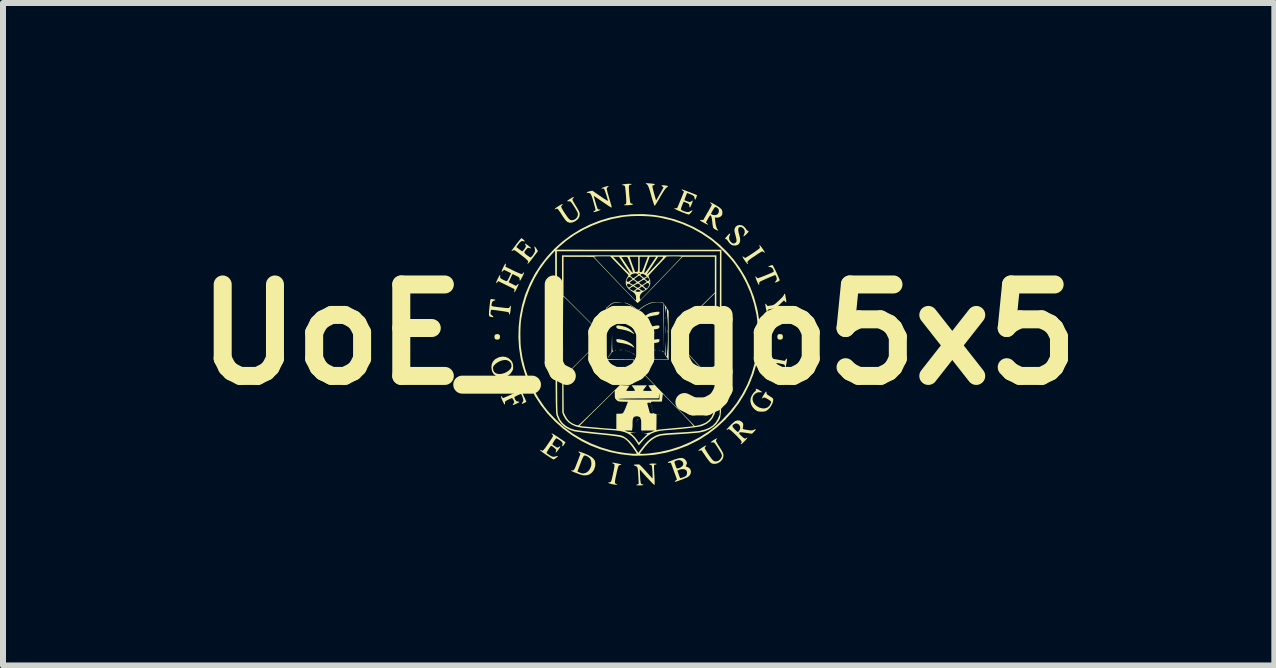
<source format=kicad_pcb>
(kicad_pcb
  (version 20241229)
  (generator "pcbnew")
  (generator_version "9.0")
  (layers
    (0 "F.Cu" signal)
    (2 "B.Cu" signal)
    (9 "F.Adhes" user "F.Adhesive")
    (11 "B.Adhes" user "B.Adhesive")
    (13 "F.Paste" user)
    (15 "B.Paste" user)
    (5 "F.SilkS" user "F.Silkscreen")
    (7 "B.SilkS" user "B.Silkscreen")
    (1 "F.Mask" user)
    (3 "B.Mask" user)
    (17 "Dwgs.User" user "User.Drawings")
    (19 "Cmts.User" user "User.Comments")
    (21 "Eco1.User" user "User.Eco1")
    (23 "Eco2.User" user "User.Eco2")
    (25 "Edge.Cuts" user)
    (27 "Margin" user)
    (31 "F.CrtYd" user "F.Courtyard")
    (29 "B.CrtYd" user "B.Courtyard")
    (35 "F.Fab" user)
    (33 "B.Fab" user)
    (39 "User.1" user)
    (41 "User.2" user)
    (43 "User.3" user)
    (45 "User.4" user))
  (footprint "UoE_logo5x5"
    (layer "F.Cu")
    (at 7.591 2.524)
    (property "Reference" "UoE_logo5x5" (at 0 0 0) (layer "F.SilkS") (effects (font (size 1.524 1.524) (thickness 0.3))))
    (attr board_only exclude_from_pos_files exclude_from_bom)
    (fp_poly (pts (xy -0.135 0.292) (xy -0.14 0.296) (xy -0.144 0.292) (xy -0.14 0.288)) (stroke (width 0) (type solid)) (fill yes) (layer "F.SilkS"))
    (fp_poly (pts (xy -0.118 0.3) (xy -0.123 0.305) (xy -0.127 0.3) (xy -0.123 0.296)) (stroke (width 0) (type solid)) (fill yes) (layer "F.SilkS"))
    (fp_poly (pts (xy 0.008 1.409) (xy 0.004 1.413) (xy 0 1.409) (xy 0.004 1.405)) (stroke (width 0) (type solid)) (fill yes) (layer "F.SilkS"))
    (fp_poly (pts (xy 0.068 1.612) (xy 0.063 1.616) (xy 0.059 1.612) (xy 0.063 1.608)) (stroke (width 0) (type solid)) (fill yes) (layer "F.SilkS"))
    (fp_poly (pts (xy 0.076 1.629) (xy 0.072 1.633) (xy 0.068 1.629) (xy 0.072 1.625)) (stroke (width 0) (type solid)) (fill yes) (layer "F.SilkS"))
    (fp_poly (pts (xy 0.372 1.341) (xy 0.368 1.345) (xy 0.364 1.341) (xy 0.368 1.337)) (stroke (width 0) (type solid)) (fill yes) (layer "F.SilkS"))
    (fp_poly (pts (xy -0.375 0.266) (xy -0.377 0.269) (xy -0.386 0.27) (xy -0.395 0.268) (xy -0.391 0.265) (xy -0.378 0.264)) (stroke (width 0) (type solid)) (fill yes) (layer "F.SilkS"))
    (fp_poly (pts (xy -0.205 0.266) (xy -0.208 0.269) (xy -0.216 0.27) (xy -0.225 0.268) (xy -0.222 0.265) (xy -0.208 0.264)) (stroke (width 0) (type solid)) (fill yes) (layer "F.SilkS"))
    (fp_poly (pts (xy -0.181 0.274) (xy -0.182 0.279) (xy -0.186 0.279) (xy -0.193 0.276) (xy -0.192 0.274) (xy -0.182 0.273)) (stroke (width 0) (type solid)) (fill yes) (layer "F.SilkS"))
    (fp_poly (pts (xy -0.155 0.282) (xy -0.156 0.287) (xy -0.161 0.288) (xy -0.168 0.285) (xy -0.166 0.282) (xy -0.156 0.281)) (stroke (width 0) (type solid)) (fill yes) (layer "F.SilkS"))
    (fp_poly (pts (xy -0.028 1.441) (xy -0.027 1.451) (xy -0.028 1.452) (xy -0.033 1.451) (xy -0.034 1.447) (xy -0.031 1.44)) (stroke (width 0) (type solid)) (fill yes) (layer "F.SilkS"))
    (fp_poly (pts (xy 0.149 0.274) (xy 0.148 0.279) (xy 0.144 0.279) (xy 0.137 0.276) (xy 0.138 0.274) (xy 0.148 0.273)) (stroke (width 0) (type solid)) (fill yes) (layer "F.SilkS"))
    (fp_poly (pts (xy 0.192 0.266) (xy 0.19 0.269) (xy 0.181 0.27) (xy 0.172 0.268) (xy 0.176 0.265) (xy 0.189 0.264)) (stroke (width 0) (type solid)) (fill yes) (layer "F.SilkS"))
    (fp_poly (pts (xy 0.209 1.17) (xy 0.21 1.18) (xy 0.209 1.182) (xy 0.204 1.181) (xy 0.203 1.176) (xy 0.206 1.169)) (stroke (width 0) (type solid)) (fill yes) (layer "F.SilkS"))
    (fp_poly (pts (xy 0.217 1.204) (xy 0.218 1.214) (xy 0.217 1.216) (xy 0.212 1.214) (xy 0.212 1.21) (xy 0.215 1.203)) (stroke (width 0) (type solid)) (fill yes) (layer "F.SilkS"))
    (fp_poly (pts (xy 0.226 1.238) (xy 0.227 1.248) (xy 0.226 1.249) (xy 0.221 1.248) (xy 0.22 1.244) (xy 0.223 1.237)) (stroke (width 0) (type solid)) (fill yes) (layer "F.SilkS"))
    (fp_poly (pts (xy 0.234 1.272) (xy 0.235 1.282) (xy 0.234 1.283) (xy 0.229 1.282) (xy 0.228 1.278) (xy 0.232 1.271)) (stroke (width 0) (type solid)) (fill yes) (layer "F.SilkS"))
    (fp_poly (pts (xy 0.336 1.332) (xy 0.334 1.336) (xy 0.325 1.336) (xy 0.316 1.334) (xy 0.32 1.331) (xy 0.333 1.33)) (stroke (width 0) (type solid)) (fill yes) (layer "F.SilkS"))
    (fp_poly (pts (xy 0.357 0.265) (xy 0.359 0.268) (xy 0.347 0.269) (xy 0.335 0.268) (xy 0.336 0.265) (xy 0.354 0.264)) (stroke (width 0) (type solid)) (fill yes) (layer "F.SilkS"))
    (fp_poly (pts (xy 0.446 -0.281) (xy 0.447 -0.268) (xy 0.445 -0.265) (xy 0.441 -0.267) (xy 0.441 -0.276) (xy 0.443 -0.285)) (stroke (width 0) (type solid)) (fill yes) (layer "F.SilkS"))
    (fp_poly (pts (xy 0.422 0.3) (xy 0.431 0.308) (xy 0.429 0.313) (xy 0.428 0.313) (xy 0.421 0.307) (xy 0.418 0.303) (xy 0.417 0.297)) (stroke (width 0) (type solid)) (fill yes) (layer "F.SilkS"))
    (fp_poly (pts (xy -0.277 0.256) (xy -0.274 0.258) (xy -0.285 0.26) (xy -0.3 0.26) (xy -0.32 0.259) (xy -0.325 0.258) (xy -0.319 0.256) (xy -0.294 0.255)) (stroke (width 0) (type solid)) (fill yes) (layer "F.SilkS"))
    (fp_poly (pts (xy -0.096 0.313) (xy -0.079 0.323) (xy -0.072 0.33) (xy -0.069 0.337) (xy -0.075 0.334) (xy -0.093 0.321) (xy -0.106 0.31) (xy -0.105 0.308)) (stroke (width 0) (type solid)) (fill yes) (layer "F.SilkS"))
    (fp_poly (pts (xy -0.011 1.418) (xy -0.013 1.421) (xy -0.021 1.43) (xy -0.022 1.43) (xy -0.023 1.424) (xy -0.021 1.421) (xy -0.013 1.413) (xy -0.012 1.413)) (stroke (width 0) (type solid)) (fill yes) (layer "F.SilkS"))
    (fp_poly (pts (xy 0.04 0.326) (xy 0.035 0.332) (xy 0.023 0.345) (xy 0.017 0.345) (xy 0.017 0.344) (xy 0.023 0.337) (xy 0.032 0.329) (xy 0.042 0.322)) (stroke (width 0) (type solid)) (fill yes) (layer "F.SilkS"))
    (fp_poly (pts (xy 0.286 0.256) (xy 0.291 0.258) (xy 0.281 0.259) (xy 0.262 0.26) (xy 0.241 0.259) (xy 0.234 0.258) (xy 0.239 0.256) (xy 0.266 0.255)) (stroke (width 0) (type solid)) (fill yes) (layer "F.SilkS"))
    (fp_poly (pts (xy 0.48 -0.074) (xy 0.481 -0.047) (xy 0.48 -0.027) (xy 0.478 -0.022) (xy 0.477 -0.032) (xy 0.476 -0.051) (xy 0.477 -0.072) (xy 0.478 -0.079)) (stroke (width 0) (type solid)) (fill yes) (layer "F.SilkS"))
    (fp_poly (pts (xy 0.41 0.274) (xy 0.415 0.279) (xy 0.413 0.287) (xy 0.412 0.287) (xy 0.404 0.284) (xy 0.393 0.279) (xy 0.382 0.274) (xy 0.386 0.272) (xy 0.396 0.271)) (stroke (width 0) (type solid)) (fill yes) (layer "F.SilkS"))
    (fp_poly (pts (xy 0.123 0.281) (xy 0.118 0.286) (xy 0.102 0.296) (xy 0.089 0.303) (xy 0.067 0.313) (xy 0.053 0.318) (xy 0.051 0.317) (xy 0.058 0.311) (xy 0.074 0.302) (xy 0.094 0.292) (xy 0.112 0.284) (xy 0.123 0.281)) (stroke (width 0) (type solid)) (fill yes) (layer "F.SilkS"))
    (fp_poly (pts (xy -2.329 -0.003) (xy -2.314 0.012) (xy -2.31 0.038) (xy -2.315 0.066) (xy -2.331 0.08) (xy -2.356 0.085) (xy -2.378 0.082) (xy -2.393 0.074) (xy -2.4 0.059) (xy -2.403 0.038) (xy -2.398 0.011) (xy -2.382 -0.004) (xy -2.356 -0.008)) (stroke (width 0) (type solid)) (fill yes) (layer "F.SilkS"))
    (fp_poly (pts (xy -0.011 -0.163) (xy -0.011 -0.15) (xy -0.01 -0.106) (xy -0.01 -0.056) (xy -0.011 -0.019) (xy -0.012 -0.005) (xy -0.012 -0.006) (xy -0.013 -0.022) (xy -0.013 -0.052) (xy -0.014 -0.085) (xy -0.013 -0.124) (xy -0.013 -0.151) (xy -0.012 -0.164)) (stroke (width 0) (type solid)) (fill yes) (layer "F.SilkS"))
    (fp_poly (pts (xy 0.446 -0.141) (xy 0.446 -0.133) (xy 0.447 -0.093) (xy 0.447 -0.049) (xy 0.446 -0.023) (xy 0.445 -0.011) (xy 0.444 -0.016) (xy 0.444 -0.034) (xy 0.443 -0.065) (xy 0.443 -0.08) (xy 0.443 -0.116) (xy 0.444 -0.138) (xy 0.445 -0.147)) (stroke (width 0) (type solid)) (fill yes) (layer "F.SilkS"))
    (fp_poly (pts (xy 2.378 -0.005) (xy 2.393 0.002) (xy 2.4 0.017) (xy 2.403 0.038) (xy 2.4 0.06) (xy 2.393 0.074) (xy 2.377 0.082) (xy 2.356 0.085) (xy 2.334 0.082) (xy 2.32 0.074) (xy 2.313 0.059) (xy 2.31 0.038) (xy 2.313 0.016) (xy 2.32 0.002) (xy 2.335 -0.006) (xy 2.356 -0.008)) (stroke (width 0) (type solid)) (fill yes) (layer "F.SilkS"))
    (fp_poly (pts (xy -0.018 0.325) (xy -0.017 0.349) (xy -0.014 0.359) (xy -0.008 0.358) (xy -0.002 0.354) (xy 0.006 0.349) (xy 0.004 0.353) (xy -0.003 0.362) (xy -0.015 0.375) (xy -0.021 0.381) (xy -0.027 0.375) (xy -0.04 0.361) (xy -0.043 0.358) (xy -0.055 0.344) (xy -0.055 0.342) (xy -0.045 0.35) (xy -0.026 0.366) (xy -0.023 0.324) (xy -0.02 0.283)) (stroke (width 0) (type solid)) (fill yes) (layer "F.SilkS"))
    (fp_poly (pts (xy 0.336 -0.15) (xy 0.345 -0.144) (xy 0.347 -0.132) (xy 0.344 -0.116) (xy 0.335 -0.104) (xy 0.316 -0.096) (xy 0.284 -0.089) (xy 0.262 -0.086) (xy 0.205 -0.076) (xy 0.156 -0.061) (xy 0.105 -0.04) (xy 0.086 -0.03) (xy 0.041 -0.008) (xy 0.055 -0.028) (xy 0.088 -0.066) (xy 0.135 -0.099) (xy 0.192 -0.125) (xy 0.244 -0.14) (xy 0.288 -0.149) (xy 0.317 -0.152)) (stroke (width 0) (type solid)) (fill yes) (layer "F.SilkS"))
    (fp_poly (pts (xy 0.338 0.077) (xy 0.345 0.081) (xy 0.347 0.091) (xy 0.347 0.095) (xy 0.344 0.113) (xy 0.334 0.126) (xy 0.312 0.134) (xy 0.278 0.139) (xy 0.271 0.14) (xy 0.202 0.152) (xy 0.134 0.174) (xy 0.077 0.201) (xy 0.038 0.224) (xy 0.057 0.197) (xy 0.097 0.155) (xy 0.15 0.121) (xy 0.212 0.096) (xy 0.282 0.081) (xy 0.293 0.079) (xy 0.322 0.077)) (stroke (width 0) (type solid)) (fill yes) (layer "F.SilkS"))
    (fp_poly (pts (xy -0.331 0.078) (xy -0.317 0.079) (xy -0.255 0.091) (xy -0.197 0.112) (xy -0.144 0.14) (xy -0.102 0.173) (xy -0.081 0.2) (xy -0.072 0.214) (xy -0.071 0.219) (xy -0.082 0.214) (xy -0.101 0.202) (xy -0.171 0.169) (xy -0.253 0.147) (xy -0.283 0.143) (xy -0.323 0.136) (xy -0.349 0.13) (xy -0.364 0.121) (xy -0.371 0.108) (xy -0.372 0.095) (xy -0.372 0.084) (xy -0.367 0.078) (xy -0.355 0.076)) (stroke (width 0) (type solid)) (fill yes) (layer "F.SilkS"))
    (fp_poly (pts (xy 0.339 -0.38) (xy 0.345 -0.375) (xy 0.347 -0.366) (xy 0.347 -0.366) (xy 0.342 -0.345) (xy 0.325 -0.331) (xy 0.295 -0.322) (xy 0.266 -0.318) (xy 0.186 -0.302) (xy 0.111 -0.274) (xy 0.077 -0.256) (xy 0.038 -0.234) (xy 0.052 -0.254) (xy 0.076 -0.282) (xy 0.11 -0.311) (xy 0.148 -0.337) (xy 0.185 -0.356) (xy 0.197 -0.36) (xy 0.231 -0.368) (xy 0.271 -0.375) (xy 0.294 -0.378) (xy 0.323 -0.38)) (stroke (width 0) (type solid)) (fill yes) (layer "F.SilkS"))
    (fp_poly (pts (xy -0.31 -0.148) (xy -0.27 -0.14) (xy -0.215 -0.125) (xy -0.17 -0.104) (xy -0.13 -0.074) (xy -0.106 -0.051) (xy -0.083 -0.027) (xy -0.074 -0.013) (xy -0.077 -0.01) (xy -0.093 -0.018) (xy -0.106 -0.026) (xy -0.152 -0.05) (xy -0.21 -0.07) (xy -0.274 -0.084) (xy -0.286 -0.086) (xy -0.326 -0.092) (xy -0.351 -0.099) (xy -0.366 -0.109) (xy -0.372 -0.122) (xy -0.372 -0.132) (xy -0.37 -0.144) (xy -0.36 -0.151) (xy -0.341 -0.152)) (stroke (width 0) (type solid)) (fill yes) (layer "F.SilkS"))
    (fp_poly (pts (xy -0.331 -0.379) (xy -0.318 -0.378) (xy -0.247 -0.365) (xy -0.183 -0.341) (xy -0.129 -0.308) (xy -0.087 -0.266) (xy -0.084 -0.262) (xy -0.073 -0.246) (xy -0.071 -0.239) (xy -0.079 -0.242) (xy -0.1 -0.254) (xy -0.106 -0.258) (xy -0.151 -0.281) (xy -0.207 -0.3) (xy -0.265 -0.314) (xy -0.292 -0.318) (xy -0.33 -0.324) (xy -0.355 -0.331) (xy -0.368 -0.342) (xy -0.372 -0.358) (xy -0.372 -0.361) (xy -0.372 -0.373) (xy -0.367 -0.379) (xy -0.355 -0.381)) (stroke (width 0) (type solid)) (fill yes) (layer "F.SilkS"))
    (fp_poly (pts (xy -0.442 0.133) (xy -0.441 0.184) (xy -0.44 0.221) (xy -0.438 0.246) (xy -0.435 0.261) (xy -0.432 0.27) (xy -0.426 0.273) (xy -0.425 0.273) (xy -0.416 0.277) (xy -0.423 0.278) (xy -0.424 0.278) (xy -0.435 0.285) (xy -0.451 0.303) (xy -0.47 0.329) (xy -0.477 0.338) (xy -0.495 0.365) (xy -0.51 0.386) (xy -0.519 0.397) (xy -0.521 0.398) (xy -0.518 0.391) (xy -0.509 0.374) (xy -0.493 0.35) (xy -0.489 0.345) (xy -0.453 0.292) (xy -0.443 -0.004)) (stroke (width 0) (type solid)) (fill yes) (layer "F.SilkS"))
    (fp_poly (pts (xy -0.123 -2.509) (xy -0.118 -2.504) (xy -0.125 -2.497) (xy -0.134 -2.496) (xy -0.147 -2.495) (xy -0.156 -2.489) (xy -0.161 -2.477) (xy -0.164 -2.457) (xy -0.163 -2.426) (xy -0.16 -2.381) (xy -0.157 -2.335) (xy -0.152 -2.289) (xy -0.147 -2.247) (xy -0.143 -2.215) (xy -0.139 -2.195) (xy -0.137 -2.19) (xy -0.123 -2.183) (xy -0.111 -2.181) (xy -0.096 -2.176) (xy -0.096 -2.169) (xy -0.111 -2.163) (xy -0.112 -2.162) (xy -0.14 -2.158) (xy -0.171 -2.155) (xy -0.202 -2.154) (xy -0.227 -2.154) (xy -0.243 -2.156) (xy -0.245 -2.158) (xy -0.239 -2.165) (xy -0.234 -2.166) (xy -0.222 -2.168) (xy -0.214 -2.175) (xy -0.209 -2.189) (xy -0.206 -2.212) (xy -0.207 -2.247) (xy -0.21 -2.295) (xy -0.212 -2.324) (xy -0.216 -2.371) (xy -0.22 -2.413) (xy -0.224 -2.446) (xy -0.228 -2.467) (xy -0.23 -2.473) (xy -0.244 -2.484) (xy -0.258 -2.488) (xy -0.276 -2.489) (xy -0.28 -2.493) (xy -0.271 -2.499) (xy -0.251 -2.504) (xy -0.227 -2.507) (xy -0.176 -2.512) (xy -0.142 -2.512)) (stroke (width 0) (type solid)) (fill yes) (layer "F.SilkS"))
    (fp_poly (pts (xy -2.215 0.373) (xy -2.167 0.394) (xy -2.128 0.429) (xy -2.118 0.442) (xy -2.102 0.47) (xy -2.094 0.501) (xy -2.092 0.528) (xy -2.091 0.56) (xy -2.096 0.585) (xy -2.107 0.609) (xy -2.114 0.622) (xy -2.146 0.662) (xy -2.188 0.691) (xy -2.236 0.71) (xy -2.286 0.716) (xy -2.335 0.709) (xy -2.339 0.707) (xy -2.389 0.681) (xy -2.425 0.647) (xy -2.446 0.602) (xy -2.452 0.558) (xy -2.428 0.558) (xy -2.421 0.598) (xy -2.402 0.629) (xy -2.371 0.649) (xy -2.332 0.658) (xy -2.284 0.655) (xy -2.237 0.642) (xy -2.194 0.621) (xy -2.157 0.594) (xy -2.131 0.565) (xy -2.119 0.537) (xy -2.12 0.5) (xy -2.135 0.467) (xy -2.161 0.442) (xy -2.197 0.426) (xy -2.224 0.423) (xy -2.266 0.428) (xy -2.309 0.442) (xy -2.35 0.463) (xy -2.385 0.489) (xy -2.412 0.516) (xy -2.427 0.545) (xy -2.428 0.558) (xy -2.452 0.558) (xy -2.454 0.549) (xy -2.454 0.548) (xy -2.447 0.493) (xy -2.427 0.448) (xy -2.392 0.412) (xy -2.343 0.385) (xy -2.32 0.376) (xy -2.266 0.367)) (stroke (width 0) (type solid)) (fill yes) (layer "F.SilkS"))
    (fp_poly (pts (xy 2.024 -1.483) (xy 2.038 -1.466) (xy 2.056 -1.443) (xy 2.073 -1.417) (xy 2.089 -1.393) (xy 2.099 -1.374) (xy 2.102 -1.364) (xy 2.102 -1.363) (xy 2.094 -1.365) (xy 2.082 -1.375) (xy 2.065 -1.384) (xy 2.052 -1.385) (xy 2.041 -1.378) (xy 2.018 -1.364) (xy 1.987 -1.344) (xy 1.95 -1.319) (xy 1.925 -1.302) (xy 1.878 -1.271) (xy 1.845 -1.246) (xy 1.824 -1.227) (xy 1.813 -1.213) (xy 1.811 -1.201) (xy 1.817 -1.19) (xy 1.82 -1.187) (xy 1.824 -1.176) (xy 1.821 -1.173) (xy 1.813 -1.177) (xy 1.798 -1.193) (xy 1.779 -1.217) (xy 1.768 -1.232) (xy 1.747 -1.264) (xy 1.734 -1.288) (xy 1.73 -1.301) (xy 1.735 -1.303) (xy 1.75 -1.292) (xy 1.75 -1.292) (xy 1.766 -1.281) (xy 1.776 -1.278) (xy 1.787 -1.282) (xy 1.808 -1.295) (xy 1.838 -1.313) (xy 1.872 -1.336) (xy 1.909 -1.36) (xy 1.944 -1.385) (xy 1.976 -1.407) (xy 2.001 -1.426) (xy 2.016 -1.439) (xy 2.019 -1.442) (xy 2.019 -1.458) (xy 2.014 -1.472) (xy 2.009 -1.485) (xy 2.015 -1.489) (xy 2.016 -1.489)) (stroke (width 0) (type solid)) (fill yes) (layer "F.SilkS"))
    (fp_poly (pts (xy -0.417 2.135) (xy -0.396 2.139) (xy -0.366 2.145) (xy -0.341 2.15) (xy -0.311 2.157) (xy -0.293 2.164) (xy -0.288 2.17) (xy -0.296 2.174) (xy -0.309 2.174) (xy -0.32 2.176) (xy -0.328 2.18) (xy -0.336 2.19) (xy -0.343 2.209) (xy -0.351 2.237) (xy -0.361 2.277) (xy -0.372 2.329) (xy -0.384 2.382) (xy -0.391 2.42) (xy -0.395 2.447) (xy -0.396 2.465) (xy -0.393 2.476) (xy -0.387 2.483) (xy -0.377 2.487) (xy -0.377 2.488) (xy -0.359 2.496) (xy -0.355 2.501) (xy -0.365 2.503) (xy -0.385 2.502) (xy -0.415 2.498) (xy -0.452 2.491) (xy -0.455 2.49) (xy -0.485 2.482) (xy -0.503 2.473) (xy -0.508 2.467) (xy -0.498 2.463) (xy -0.486 2.462) (xy -0.476 2.461) (xy -0.468 2.457) (xy -0.461 2.448) (xy -0.454 2.43) (xy -0.446 2.404) (xy -0.437 2.365) (xy -0.425 2.312) (xy -0.423 2.299) (xy -0.412 2.248) (xy -0.406 2.212) (xy -0.403 2.187) (xy -0.403 2.171) (xy -0.406 2.162) (xy -0.406 2.162) (xy -0.421 2.151) (xy -0.428 2.149) (xy -0.439 2.144) (xy -0.44 2.14) (xy -0.433 2.134)) (stroke (width 0) (type solid)) (fill yes) (layer "F.SilkS"))
    (fp_poly (pts (xy 0.347 -0.537) (xy 0.381 -0.535) (xy 0.403 -0.532) (xy 0.412 -0.529) (xy 0.413 -0.519) (xy 0.414 -0.494) (xy 0.415 -0.455) (xy 0.416 -0.405) (xy 0.416 -0.345) (xy 0.416 -0.276) (xy 0.415 -0.201) (xy 0.414 -0.14) (xy 0.41 0.241) (xy 0.408 -0.141) (xy 0.406 -0.524) (xy 0.376 -0.529) (xy 0.353 -0.532) (xy 0.32 -0.533) (xy 0.283 -0.532) (xy 0.275 -0.531) (xy 0.234 -0.528) (xy 0.202 -0.522) (xy 0.171 -0.51) (xy 0.141 -0.496) (xy 0.104 -0.476) (xy 0.067 -0.452) (xy 0.038 -0.429) (xy 0.037 -0.428) (xy -0.004 -0.391) (xy -0.055 -0.431) (xy -0.127 -0.481) (xy -0.197 -0.515) (xy -0.216 -0.521) (xy -0.233 -0.528) (xy -0.236 -0.532) (xy -0.232 -0.532) (xy -0.213 -0.528) (xy -0.183 -0.517) (xy -0.147 -0.5) (xy -0.11 -0.479) (xy -0.075 -0.457) (xy -0.052 -0.441) (xy -0.03 -0.423) (xy -0.015 -0.414) (xy -0.002 -0.413) (xy 0.014 -0.421) (xy 0.036 -0.44) (xy 0.05 -0.452) (xy 0.072 -0.467) (xy 0.104 -0.486) (xy 0.138 -0.504) (xy 0.143 -0.507) (xy 0.172 -0.52) (xy 0.194 -0.529) (xy 0.215 -0.534) (xy 0.241 -0.536) (xy 0.275 -0.537) (xy 0.306 -0.537)) (stroke (width 0) (type solid)) (fill yes) (layer "F.SilkS"))
    (fp_poly (pts (xy 0.185 -2.518) (xy 0.219 -2.515) (xy 0.246 -2.512) (xy 0.262 -2.509) (xy 0.264 -2.508) (xy 0.268 -2.499) (xy 0.26 -2.491) (xy 0.245 -2.488) (xy 0.236 -2.486) (xy 0.231 -2.479) (xy 0.23 -2.464) (xy 0.233 -2.441) (xy 0.242 -2.406) (xy 0.255 -2.357) (xy 0.259 -2.341) (xy 0.29 -2.233) (xy 0.321 -2.286) (xy 0.342 -2.323) (xy 0.366 -2.364) (xy 0.384 -2.396) (xy 0.415 -2.452) (xy 0.397 -2.465) (xy 0.385 -2.477) (xy 0.382 -2.485) (xy 0.391 -2.487) (xy 0.411 -2.487) (xy 0.436 -2.485) (xy 0.461 -2.481) (xy 0.481 -2.477) (xy 0.49 -2.473) (xy 0.49 -2.472) (xy 0.484 -2.464) (xy 0.468 -2.452) (xy 0.465 -2.449) (xy 0.449 -2.433) (xy 0.426 -2.402) (xy 0.396 -2.356) (xy 0.359 -2.294) (xy 0.357 -2.289) (xy 0.331 -2.245) (xy 0.308 -2.206) (xy 0.288 -2.175) (xy 0.274 -2.153) (xy 0.267 -2.144) (xy 0.266 -2.143) (xy 0.262 -2.15) (xy 0.254 -2.171) (xy 0.243 -2.204) (xy 0.23 -2.245) (xy 0.215 -2.294) (xy 0.212 -2.308) (xy 0.195 -2.366) (xy 0.182 -2.41) (xy 0.171 -2.443) (xy 0.162 -2.466) (xy 0.153 -2.483) (xy 0.144 -2.495) (xy 0.14 -2.499) (xy 0.114 -2.524)) (stroke (width 0) (type solid)) (fill yes) (layer "F.SilkS"))
    (fp_poly (pts (xy 2.235 -1.152) (xy 2.247 -1.131) (xy 2.263 -1.1) (xy 2.283 -1.06) (xy 2.304 -1.015) (xy 2.325 -0.967) (xy 2.346 -0.917) (xy 2.35 -0.908) (xy 2.345 -0.898) (xy 2.327 -0.886) (xy 2.314 -0.88) (xy 2.286 -0.869) (xy 2.271 -0.868) (xy 2.27 -0.874) (xy 2.283 -0.889) (xy 2.297 -0.908) (xy 2.301 -0.926) (xy 2.298 -0.948) (xy 2.291 -0.97) (xy 2.281 -0.986) (xy 2.274 -0.99) (xy 2.263 -0.987) (xy 2.24 -0.978) (xy 2.209 -0.965) (xy 2.171 -0.95) (xy 2.132 -0.933) (xy 2.095 -0.916) (xy 2.062 -0.901) (xy 2.037 -0.89) (xy 2.023 -0.883) (xy 2.009 -0.867) (xy 2.008 -0.849) (xy 2.01 -0.83) (xy 2.006 -0.826) (xy 1.997 -0.835) (xy 1.985 -0.857) (xy 1.969 -0.891) (xy 1.955 -0.927) (xy 1.947 -0.953) (xy 1.944 -0.968) (xy 1.948 -0.97) (xy 1.959 -0.958) (xy 1.96 -0.957) (xy 1.975 -0.943) (xy 1.988 -0.939) (xy 1.999 -0.942) (xy 2.023 -0.951) (xy 2.055 -0.963) (xy 2.093 -0.978) (xy 2.133 -0.994) (xy 2.172 -1.01) (xy 2.206 -1.025) (xy 2.233 -1.037) (xy 2.248 -1.044) (xy 2.25 -1.046) (xy 2.25 -1.056) (xy 2.245 -1.075) (xy 2.237 -1.094) (xy 2.231 -1.103) (xy 2.216 -1.115) (xy 2.192 -1.124) (xy 2.186 -1.125) (xy 2.153 -1.131) (xy 2.185 -1.145) (xy 2.208 -1.154) (xy 2.225 -1.159) (xy 2.228 -1.159)) (stroke (width 0) (type solid)) (fill yes) (layer "F.SilkS"))
    (fp_poly (pts (xy -0.988 1.952) (xy -0.958 1.961) (xy -0.912 1.977) (xy -0.898 1.983) (xy -0.833 2.012) (xy -0.785 2.04) (xy -0.751 2.071) (xy -0.73 2.104) (xy -0.722 2.143) (xy -0.724 2.187) (xy -0.726 2.199) (xy -0.745 2.253) (xy -0.775 2.296) (xy -0.814 2.327) (xy -0.861 2.344) (xy -0.914 2.346) (xy -0.935 2.343) (xy -0.955 2.338) (xy -0.982 2.329) (xy -1.014 2.317) (xy -1.048 2.304) (xy -1.08 2.292) (xy -1.1 2.283) (xy -1.021 2.283) (xy -0.991 2.296) (xy -0.968 2.305) (xy -0.95 2.312) (xy -0.948 2.313) (xy -0.923 2.314) (xy -0.892 2.308) (xy -0.861 2.294) (xy -0.858 2.292) (xy -0.83 2.266) (xy -0.807 2.229) (xy -0.791 2.186) (xy -0.787 2.148) (xy -0.793 2.1) (xy -0.812 2.063) (xy -0.845 2.036) (xy -0.854 2.031) (xy -0.875 2.021) (xy -0.891 2.015) (xy -0.905 2.016) (xy -0.916 2.025) (xy -0.928 2.045) (xy -0.942 2.075) (xy -0.959 2.119) (xy -0.97 2.148) (xy -1.021 2.283) (xy -1.1 2.283) (xy -1.106 2.28) (xy -1.124 2.272) (xy -1.13 2.267) (xy -1.13 2.267) (xy -1.115 2.265) (xy -1.1 2.264) (xy -1.091 2.263) (xy -1.083 2.259) (xy -1.075 2.249) (xy -1.066 2.233) (xy -1.054 2.208) (xy -1.04 2.172) (xy -1.021 2.122) (xy -1.01 2.095) (xy -0.969 1.986) (xy -0.989 1.97) (xy -1.004 1.956) (xy -1.003 1.95)) (stroke (width 0) (type solid)) (fill yes) (layer "F.SilkS"))
    (fp_poly (pts (xy 1.717 -1.821) (xy 1.752 -1.802) (xy 1.781 -1.77) (xy 1.787 -1.76) (xy 1.8 -1.741) (xy 1.813 -1.731) (xy 1.816 -1.73) (xy 1.83 -1.727) (xy 1.831 -1.716) (xy 1.818 -1.696) (xy 1.794 -1.671) (xy 1.768 -1.648) (xy 1.752 -1.637) (xy 1.746 -1.639) (xy 1.749 -1.654) (xy 1.755 -1.666) (xy 1.768 -1.704) (xy 1.764 -1.739) (xy 1.744 -1.769) (xy 1.718 -1.788) (xy 1.692 -1.793) (xy 1.671 -1.786) (xy 1.669 -1.784) (xy 1.66 -1.765) (xy 1.659 -1.734) (xy 1.666 -1.695) (xy 1.675 -1.663) (xy 1.689 -1.608) (xy 1.691 -1.562) (xy 1.681 -1.525) (xy 1.658 -1.499) (xy 1.649 -1.493) (xy 1.61 -1.482) (xy 1.569 -1.486) (xy 1.542 -1.498) (xy 1.521 -1.515) (xy 1.499 -1.54) (xy 1.491 -1.553) (xy 1.475 -1.575) (xy 1.459 -1.589) (xy 1.453 -1.591) (xy 1.443 -1.592) (xy 1.44 -1.597) (xy 1.446 -1.608) (xy 1.462 -1.628) (xy 1.474 -1.642) (xy 1.497 -1.667) (xy 1.515 -1.681) (xy 1.525 -1.684) (xy 1.526 -1.676) (xy 1.519 -1.659) (xy 1.506 -1.619) (xy 1.51 -1.582) (xy 1.53 -1.548) (xy 1.535 -1.543) (xy 1.562 -1.522) (xy 1.587 -1.516) (xy 1.609 -1.526) (xy 1.617 -1.532) (xy 1.626 -1.543) (xy 1.63 -1.556) (xy 1.631 -1.573) (xy 1.627 -1.599) (xy 1.618 -1.635) (xy 1.609 -1.671) (xy 1.599 -1.708) (xy 1.596 -1.734) (xy 1.597 -1.754) (xy 1.599 -1.765) (xy 1.617 -1.797) (xy 1.644 -1.817) (xy 1.677 -1.825)) (stroke (width 0) (type solid)) (fill yes) (layer "F.SilkS"))
    (fp_poly (pts (xy 1.309 1.73) (xy 1.308 1.738) (xy 1.301 1.744) (xy 1.291 1.752) (xy 1.288 1.764) (xy 1.292 1.781) (xy 1.305 1.806) (xy 1.326 1.842) (xy 1.336 1.856) (xy 1.365 1.902) (xy 1.386 1.937) (xy 1.4 1.964) (xy 1.408 1.984) (xy 1.412 2.003) (xy 1.413 2.02) (xy 1.405 2.059) (xy 1.384 2.094) (xy 1.353 2.124) (xy 1.316 2.144) (xy 1.275 2.155) (xy 1.235 2.152) (xy 1.212 2.144) (xy 1.193 2.129) (xy 1.168 2.101) (xy 1.136 2.058) (xy 1.116 2.029) (xy 1.047 1.928) (xy 1.019 1.933) (xy 1 1.935) (xy 0.99 1.934) (xy 0.99 1.934) (xy 0.996 1.928) (xy 1.014 1.914) (xy 1.039 1.896) (xy 1.054 1.886) (xy 1.087 1.865) (xy 1.111 1.852) (xy 1.124 1.849) (xy 1.125 1.855) (xy 1.114 1.868) (xy 1.103 1.883) (xy 1.1 1.891) (xy 1.104 1.902) (xy 1.117 1.924) (xy 1.134 1.952) (xy 1.155 1.985) (xy 1.177 2.018) (xy 1.199 2.048) (xy 1.216 2.072) (xy 1.226 2.084) (xy 1.254 2.108) (xy 1.284 2.115) (xy 1.318 2.108) (xy 1.329 2.102) (xy 1.352 2.085) (xy 1.372 2.059) (xy 1.385 2.033) (xy 1.388 2.02) (xy 1.385 2.006) (xy 1.378 1.986) (xy 1.364 1.96) (xy 1.342 1.924) (xy 1.312 1.876) (xy 1.308 1.871) (xy 1.286 1.837) (xy 1.27 1.815) (xy 1.258 1.802) (xy 1.248 1.796) (xy 1.237 1.796) (xy 1.228 1.797) (xy 1.209 1.798) (xy 1.203 1.793) (xy 1.203 1.792) (xy 1.212 1.783) (xy 1.23 1.769) (xy 1.253 1.755) (xy 1.277 1.741) (xy 1.297 1.732) (xy 1.309 1.729)) (stroke (width 0) (type solid)) (fill yes) (layer "F.SilkS"))
    (fp_poly (pts (xy 2.439 -0.671) (xy 2.441 -0.667) (xy 2.447 -0.632) (xy 2.453 -0.598) (xy 2.458 -0.567) (xy 2.459 -0.545) (xy 2.459 -0.535) (xy 2.451 -0.538) (xy 2.438 -0.55) (xy 2.438 -0.55) (xy 2.422 -0.57) (xy 2.362 -0.513) (xy 2.302 -0.457) (xy 2.333 -0.443) (xy 2.381 -0.424) (xy 2.416 -0.411) (xy 2.439 -0.405) (xy 2.453 -0.405) (xy 2.46 -0.411) (xy 2.462 -0.423) (xy 2.462 -0.424) (xy 2.466 -0.438) (xy 2.475 -0.438) (xy 2.482 -0.428) (xy 2.485 -0.413) (xy 2.489 -0.39) (xy 2.492 -0.363) (xy 2.495 -0.338) (xy 2.496 -0.32) (xy 2.494 -0.313) (xy 2.487 -0.319) (xy 2.475 -0.334) (xy 2.473 -0.337) (xy 2.456 -0.353) (xy 2.427 -0.371) (xy 2.384 -0.391) (xy 2.363 -0.4) (xy 2.323 -0.417) (xy 2.295 -0.427) (xy 2.274 -0.433) (xy 2.256 -0.434) (xy 2.238 -0.432) (xy 2.229 -0.431) (xy 2.192 -0.424) (xy 2.169 -0.419) (xy 2.156 -0.413) (xy 2.15 -0.405) (xy 2.149 -0.394) (xy 2.149 -0.389) (xy 2.147 -0.369) (xy 2.143 -0.364) (xy 2.136 -0.374) (xy 2.129 -0.396) (xy 2.124 -0.417) (xy 2.118 -0.449) (xy 2.113 -0.478) (xy 2.11 -0.493) (xy 2.109 -0.511) (xy 2.115 -0.515) (xy 2.125 -0.505) (xy 2.131 -0.494) (xy 2.142 -0.479) (xy 2.158 -0.476) (xy 2.164 -0.477) (xy 2.188 -0.481) (xy 2.217 -0.486) (xy 2.222 -0.487) (xy 2.238 -0.491) (xy 2.256 -0.499) (xy 2.277 -0.514) (xy 2.304 -0.537) (xy 2.338 -0.568) (xy 2.37 -0.599) (xy 2.396 -0.626) (xy 2.413 -0.647) (xy 2.42 -0.66) (xy 2.42 -0.66) (xy 2.424 -0.677) (xy 2.432 -0.681)) (stroke (width 0) (type solid)) (fill yes) (layer "F.SilkS"))
    (fp_poly (pts (xy -2.437 -0.59) (xy -2.415 -0.586) (xy -2.396 -0.582) (xy -2.386 -0.577) (xy -2.386 -0.576) (xy -2.393 -0.57) (xy -2.411 -0.564) (xy -2.411 -0.564) (xy -2.429 -0.557) (xy -2.44 -0.542) (xy -2.446 -0.526) (xy -2.451 -0.502) (xy -2.452 -0.483) (xy -2.451 -0.48) (xy -2.444 -0.475) (xy -2.426 -0.469) (xy -2.394 -0.464) (xy -2.349 -0.458) (xy -2.305 -0.453) (xy -2.253 -0.447) (xy -2.216 -0.443) (xy -2.19 -0.441) (xy -2.173 -0.441) (xy -2.163 -0.443) (xy -2.157 -0.447) (xy -2.153 -0.452) (xy -2.142 -0.469) (xy -2.138 -0.477) (xy -2.132 -0.483) (xy -2.13 -0.482) (xy -2.129 -0.472) (xy -2.13 -0.45) (xy -2.133 -0.422) (xy -2.137 -0.391) (xy -2.141 -0.362) (xy -2.146 -0.341) (xy -2.15 -0.33) (xy -2.15 -0.33) (xy -2.156 -0.337) (xy -2.158 -0.346) (xy -2.163 -0.364) (xy -2.169 -0.371) (xy -2.179 -0.374) (xy -2.203 -0.379) (xy -2.236 -0.385) (xy -2.276 -0.391) (xy -2.319 -0.397) (xy -2.361 -0.403) (xy -2.4 -0.408) (xy -2.431 -0.411) (xy -2.452 -0.412) (xy -2.459 -0.412) (xy -2.462 -0.403) (xy -2.466 -0.383) (xy -2.467 -0.375) (xy -2.469 -0.352) (xy -2.465 -0.337) (xy -2.45 -0.324) (xy -2.446 -0.321) (xy -2.428 -0.306) (xy -2.42 -0.294) (xy -2.422 -0.289) (xy -2.426 -0.289) (xy -2.438 -0.291) (xy -2.459 -0.295) (xy -2.462 -0.295) (xy -2.481 -0.3) (xy -2.49 -0.309) (xy -2.494 -0.327) (xy -2.494 -0.337) (xy -2.494 -0.356) (xy -2.493 -0.386) (xy -2.489 -0.424) (xy -2.485 -0.465) (xy -2.481 -0.505) (xy -2.476 -0.541) (xy -2.472 -0.57) (xy -2.468 -0.587) (xy -2.467 -0.59) (xy -2.456 -0.592)) (stroke (width 0) (type solid)) (fill yes) (layer "F.SilkS"))
    (fp_poly (pts (xy 1.961 0.904) (xy 1.98 0.911) (xy 2.003 0.923) (xy 2.027 0.937) (xy 2.046 0.949) (xy 2.056 0.958) (xy 2.056 0.959) (xy 2.049 0.962) (xy 2.03 0.962) (xy 2.024 0.961) (xy 1.985 0.963) (xy 1.949 0.979) (xy 1.918 1.009) (xy 1.914 1.014) (xy 1.899 1.052) (xy 1.898 1.09) (xy 1.911 1.129) (xy 1.935 1.164) (xy 1.97 1.194) (xy 2.014 1.218) (xy 2.062 1.231) (xy 2.105 1.23) (xy 2.144 1.216) (xy 2.176 1.189) (xy 2.192 1.164) (xy 2.202 1.141) (xy 2.208 1.124) (xy 2.208 1.12) (xy 2.201 1.111) (xy 2.184 1.097) (xy 2.16 1.081) (xy 2.134 1.066) (xy 2.11 1.055) (xy 2.094 1.049) (xy 2.092 1.049) (xy 2.074 1.054) (xy 2.066 1.059) (xy 2.055 1.068) (xy 2.053 1.063) (xy 2.059 1.047) (xy 2.073 1.021) (xy 2.083 1.004) (xy 2.104 0.972) (xy 2.118 0.953) (xy 2.127 0.95) (xy 2.13 0.959) (xy 2.13 0.97) (xy 2.131 0.983) (xy 2.138 0.995) (xy 2.154 1.008) (xy 2.182 1.026) (xy 2.185 1.028) (xy 2.214 1.046) (xy 2.231 1.059) (xy 2.239 1.07) (xy 2.242 1.084) (xy 2.242 1.091) (xy 2.235 1.13) (xy 2.217 1.172) (xy 2.19 1.213) (xy 2.158 1.248) (xy 2.124 1.272) (xy 2.113 1.277) (xy 2.085 1.283) (xy 2.048 1.285) (xy 2.012 1.283) (xy 1.983 1.278) (xy 1.98 1.277) (xy 1.937 1.251) (xy 1.901 1.213) (xy 1.875 1.167) (xy 1.862 1.116) (xy 1.862 1.099) (xy 1.868 1.056) (xy 1.886 1.012) (xy 1.913 0.973) (xy 1.934 0.952) (xy 1.953 0.935) (xy 1.957 0.924) (xy 1.955 0.919) (xy 1.95 0.907) (xy 1.951 0.903)) (stroke (width 0) (type solid)) (fill yes) (layer "F.SilkS"))
    (fp_poly (pts (xy 1.198 -2.201) (xy 1.217 -2.194) (xy 1.242 -2.182) (xy 1.243 -2.181) (xy 1.301 -2.147) (xy 1.344 -2.119) (xy 1.372 -2.095) (xy 1.386 -2.077) (xy 1.395 -2.045) (xy 1.394 -2.011) (xy 1.387 -1.988) (xy 1.369 -1.968) (xy 1.34 -1.953) (xy 1.308 -1.947) (xy 1.298 -1.948) (xy 1.269 -1.951) (xy 1.274 -1.904) (xy 1.282 -1.842) (xy 1.293 -1.795) (xy 1.305 -1.765) (xy 1.312 -1.755) (xy 1.323 -1.74) (xy 1.321 -1.733) (xy 1.307 -1.736) (xy 1.284 -1.747) (xy 1.262 -1.76) (xy 1.247 -1.771) (xy 1.244 -1.773) (xy 1.24 -1.785) (xy 1.235 -1.809) (xy 1.23 -1.842) (xy 1.227 -1.874) (xy 1.22 -1.926) (xy 1.212 -1.962) (xy 1.203 -1.982) (xy 1.193 -1.986) (xy 1.183 -1.977) (xy 1.173 -1.962) (xy 1.159 -1.938) (xy 1.146 -1.916) (xy 1.121 -1.869) (xy 1.141 -1.852) (xy 1.156 -1.838) (xy 1.158 -1.832) (xy 1.147 -1.833) (xy 1.125 -1.842) (xy 1.093 -1.858) (xy 1.088 -1.861) (xy 1.051 -1.882) (xy 1.029 -1.896) (xy 1.021 -1.905) (xy 1.025 -1.91) (xy 1.042 -1.91) (xy 1.045 -1.91) (xy 1.076 -1.908) (xy 1.135 -2.01) (xy 1.203 -2.01) (xy 1.235 -1.993) (xy 1.27 -1.989) (xy 1.301 -1.996) (xy 1.317 -2.007) (xy 1.332 -2.03) (xy 1.337 -2.058) (xy 1.333 -2.084) (xy 1.322 -2.1) (xy 1.3 -2.118) (xy 1.284 -2.125) (xy 1.27 -2.121) (xy 1.255 -2.103) (xy 1.236 -2.072) (xy 1.236 -2.072) (xy 1.22 -2.044) (xy 1.209 -2.022) (xy 1.203 -2.011) (xy 1.203 -2.01) (xy 1.135 -2.01) (xy 1.147 -2.031) (xy 1.171 -2.072) (xy 1.191 -2.109) (xy 1.207 -2.138) (xy 1.216 -2.157) (xy 1.218 -2.163) (xy 1.212 -2.176) (xy 1.202 -2.185) (xy 1.188 -2.197) (xy 1.188 -2.202)) (stroke (width 0) (type solid)) (fill yes) (layer "F.SilkS"))
    (fp_poly (pts (xy -1.081 -2.287) (xy -1.089 -2.274) (xy -1.091 -2.271) (xy -1.098 -2.262) (xy -1.102 -2.255) (xy -1.103 -2.247) (xy -1.099 -2.235) (xy -1.09 -2.217) (xy -1.075 -2.191) (xy -1.053 -2.154) (xy -1.037 -2.129) (xy -1.013 -2.087) (xy -0.996 -2.056) (xy -0.986 -2.032) (xy -0.982 -2.013) (xy -0.982 -2.002) (xy -0.989 -1.96) (xy -1.011 -1.925) (xy -1.049 -1.893) (xy -1.059 -1.887) (xy -1.105 -1.867) (xy -1.145 -1.863) (xy -1.182 -1.873) (xy -1.19 -1.878) (xy -1.207 -1.893) (xy -1.231 -1.922) (xy -1.259 -1.962) (xy -1.279 -1.993) (xy -1.302 -2.029) (xy -1.324 -2.06) (xy -1.34 -2.083) (xy -1.351 -2.095) (xy -1.353 -2.096) (xy -1.369 -2.096) (xy -1.38 -2.091) (xy -1.394 -2.087) (xy -1.4 -2.089) (xy -1.395 -2.097) (xy -1.38 -2.11) (xy -1.357 -2.126) (xy -1.331 -2.143) (xy -1.305 -2.158) (xy -1.283 -2.17) (xy -1.27 -2.174) (xy -1.269 -2.174) (xy -1.265 -2.17) (xy -1.275 -2.156) (xy -1.277 -2.154) (xy -1.289 -2.139) (xy -1.291 -2.127) (xy -1.283 -2.11) (xy -1.282 -2.107) (xy -1.264 -2.075) (xy -1.241 -2.037) (xy -1.215 -1.999) (xy -1.191 -1.964) (xy -1.171 -1.938) (xy -1.165 -1.931) (xy -1.139 -1.91) (xy -1.114 -1.904) (xy -1.113 -1.904) (xy -1.078 -1.911) (xy -1.047 -1.93) (xy -1.025 -1.957) (xy -1.013 -1.989) (xy -1.014 -2.022) (xy -1.015 -2.025) (xy -1.023 -2.043) (xy -1.038 -2.071) (xy -1.058 -2.105) (xy -1.078 -2.136) (xy -1.101 -2.172) (xy -1.118 -2.196) (xy -1.13 -2.211) (xy -1.14 -2.218) (xy -1.152 -2.22) (xy -1.162 -2.22) (xy -1.182 -2.221) (xy -1.193 -2.224) (xy -1.193 -2.224) (xy -1.186 -2.231) (xy -1.169 -2.244) (xy -1.146 -2.259) (xy -1.121 -2.274) (xy -1.1 -2.286) (xy -1.085 -2.292) (xy -1.082 -2.293)) (stroke (width 0) (type solid)) (fill yes) (layer "F.SilkS"))
    (fp_poly (pts (xy -1.987 0.882) (xy -1.981 0.89) (xy -1.97 0.91) (xy -1.956 0.938) (xy -1.938 0.973) (xy -1.921 1.01) (xy -1.904 1.046) (xy -1.889 1.078) (xy -1.878 1.103) (xy -1.872 1.119) (xy -1.872 1.121) (xy -1.88 1.126) (xy -1.898 1.135) (xy -1.91 1.141) (xy -1.932 1.152) (xy -1.943 1.153) (xy -1.946 1.148) (xy -1.94 1.133) (xy -1.933 1.125) (xy -1.923 1.109) (xy -1.921 1.095) (xy -1.924 1.079) (xy -1.931 1.054) (xy -1.941 1.027) (xy -1.951 1.004) (xy -1.959 0.991) (xy -1.969 0.992) (xy -1.988 0.999) (xy -2.013 1.01) (xy -2.038 1.022) (xy -2.059 1.034) (xy -2.071 1.043) (xy -2.072 1.045) (xy -2.069 1.058) (xy -2.06 1.078) (xy -2.058 1.083) (xy -2.044 1.104) (xy -2.027 1.114) (xy -2.016 1.115) (xy -1.997 1.118) (xy -1.989 1.122) (xy -1.992 1.128) (xy -2.007 1.138) (xy -2.036 1.151) (xy -2.079 1.17) (xy -2.088 1.174) (xy -2.097 1.173) (xy -2.098 1.17) (xy -2.093 1.158) (xy -2.086 1.151) (xy -2.075 1.136) (xy -2.073 1.129) (xy -2.077 1.112) (xy -2.086 1.091) (xy -2.097 1.072) (xy -2.107 1.059) (xy -2.11 1.058) (xy -2.122 1.062) (xy -2.144 1.071) (xy -2.172 1.084) (xy -2.174 1.086) (xy -2.203 1.1) (xy -2.219 1.111) (xy -2.226 1.121) (xy -2.228 1.134) (xy -2.227 1.14) (xy -2.227 1.161) (xy -2.232 1.166) (xy -2.242 1.155) (xy -2.257 1.128) (xy -2.271 1.099) (xy -2.285 1.065) (xy -2.293 1.04) (xy -2.296 1.025) (xy -2.292 1.022) (xy -2.282 1.033) (xy -2.278 1.039) (xy -2.266 1.053) (xy -2.257 1.058) (xy -2.247 1.054) (xy -2.225 1.045) (xy -2.192 1.03) (xy -2.152 1.013) (xy -2.118 0.997) (xy -1.987 0.936) (xy -1.991 0.907) (xy -1.992 0.888) (xy -1.988 0.882)) (stroke (width 0) (type solid)) (fill yes) (layer "F.SilkS"))
    (fp_poly (pts (xy 0.276 2.15) (xy 0.296 2.153) (xy 0.3 2.158) (xy 0.288 2.165) (xy 0.278 2.166) (xy 0.263 2.171) (xy 0.257 2.178) (xy 0.256 2.19) (xy 0.256 2.216) (xy 0.257 2.253) (xy 0.259 2.298) (xy 0.262 2.345) (xy 0.264 2.394) (xy 0.266 2.438) (xy 0.266 2.473) (xy 0.266 2.497) (xy 0.264 2.506) (xy 0.256 2.502) (xy 0.239 2.487) (xy 0.214 2.462) (xy 0.182 2.428) (xy 0.144 2.388) (xy 0.102 2.342) (xy 0.058 2.292) (xy 0.045 2.277) (xy 0.018 2.246) (xy 0.023 2.352) (xy 0.026 2.406) (xy 0.03 2.445) (xy 0.034 2.471) (xy 0.041 2.487) (xy 0.05 2.494) (xy 0.059 2.496) (xy 0.075 2.5) (xy 0.08 2.504) (xy 0.075 2.509) (xy 0.055 2.512) (xy 0.019 2.513) (xy 0.015 2.513) (xy -0.019 2.512) (xy -0.038 2.511) (xy -0.044 2.509) (xy -0.039 2.505) (xy -0.027 2.5) (xy 0.001 2.488) (xy -0.005 2.363) (xy -0.008 2.317) (xy -0.011 2.276) (xy -0.015 2.242) (xy -0.019 2.221) (xy -0.02 2.217) (xy -0.036 2.198) (xy -0.057 2.188) (xy -0.078 2.179) (xy -0.083 2.172) (xy -0.071 2.167) (xy -0.044 2.165) (xy -0.042 2.165) (xy -0.016 2.164) (xy 0.003 2.163) (xy 0.008 2.163) (xy 0.016 2.168) (xy 0.033 2.185) (xy 0.058 2.21) (xy 0.088 2.242) (xy 0.119 2.276) (xy 0.152 2.313) (xy 0.182 2.346) (xy 0.206 2.372) (xy 0.222 2.39) (xy 0.229 2.398) (xy 0.231 2.393) (xy 0.232 2.375) (xy 0.232 2.347) (xy 0.231 2.312) (xy 0.229 2.275) (xy 0.226 2.237) (xy 0.223 2.21) (xy 0.219 2.187) (xy 0.211 2.175) (xy 0.196 2.169) (xy 0.194 2.169) (xy 0.176 2.163) (xy 0.173 2.158) (xy 0.184 2.154) (xy 0.208 2.15) (xy 0.242 2.149) (xy 0.242 2.149)) (stroke (width 0) (type solid)) (fill yes) (layer "F.SilkS"))
    (fp_poly (pts (xy 0.734 2.059) (xy 0.754 2.067) (xy 0.772 2.082) (xy 0.775 2.085) (xy 0.798 2.116) (xy 0.804 2.147) (xy 0.793 2.177) (xy 0.791 2.18) (xy 0.785 2.191) (xy 0.788 2.198) (xy 0.804 2.205) (xy 0.813 2.207) (xy 0.844 2.224) (xy 0.863 2.25) (xy 0.871 2.28) (xy 0.867 2.313) (xy 0.852 2.344) (xy 0.825 2.37) (xy 0.812 2.378) (xy 0.792 2.387) (xy 0.762 2.399) (xy 0.728 2.413) (xy 0.691 2.426) (xy 0.657 2.439) (xy 0.629 2.448) (xy 0.612 2.453) (xy 0.608 2.454) (xy 0.601 2.449) (xy 0.601 2.449) (xy 0.607 2.44) (xy 0.619 2.429) (xy 0.638 2.414) (xy 0.584 2.266) (xy 0.644 2.266) (xy 0.667 2.33) (xy 0.677 2.36) (xy 0.686 2.382) (xy 0.69 2.394) (xy 0.69 2.394) (xy 0.698 2.392) (xy 0.717 2.387) (xy 0.733 2.382) (xy 0.761 2.371) (xy 0.784 2.358) (xy 0.791 2.352) (xy 0.804 2.327) (xy 0.806 2.296) (xy 0.798 2.268) (xy 0.791 2.26) (xy 0.77 2.247) (xy 0.739 2.242) (xy 0.703 2.245) (xy 0.673 2.254) (xy 0.644 2.266) (xy 0.584 2.266) (xy 0.536 2.136) (xy 0.509 2.138) (xy 0.488 2.137) (xy 0.484 2.132) (xy 0.491 2.125) (xy 0.596 2.125) (xy 0.6 2.141) (xy 0.609 2.168) (xy 0.618 2.196) (xy 0.627 2.217) (xy 0.631 2.226) (xy 0.643 2.231) (xy 0.665 2.228) (xy 0.694 2.216) (xy 0.706 2.209) (xy 0.732 2.188) (xy 0.743 2.163) (xy 0.741 2.137) (xy 0.728 2.115) (xy 0.706 2.099) (xy 0.675 2.091) (xy 0.65 2.093) (xy 0.626 2.1) (xy 0.607 2.109) (xy 0.606 2.109) (xy 0.599 2.116) (xy 0.596 2.125) (xy 0.491 2.125) (xy 0.495 2.123) (xy 0.52 2.111) (xy 0.53 2.107) (xy 0.592 2.084) (xy 0.642 2.068) (xy 0.68 2.059) (xy 0.71 2.056)) (stroke (width 0) (type solid)) (fill yes) (layer "F.SilkS"))
    (fp_poly (pts (xy -0.5 -2.474) (xy -0.503 -2.467) (xy -0.515 -2.457) (xy -0.529 -2.442) (xy -0.533 -2.429) (xy -0.531 -2.417) (xy -0.524 -2.391) (xy -0.515 -2.354) (xy -0.502 -2.311) (xy -0.491 -2.271) (xy -0.477 -2.224) (xy -0.465 -2.183) (xy -0.456 -2.15) (xy -0.45 -2.128) (xy -0.449 -2.121) (xy -0.45 -2.117) (xy -0.455 -2.117) (xy -0.466 -2.122) (xy -0.484 -2.133) (xy -0.511 -2.15) (xy -0.548 -2.175) (xy -0.597 -2.209) (xy -0.608 -2.216) (xy -0.65 -2.245) (xy -0.687 -2.27) (xy -0.717 -2.29) (xy -0.738 -2.304) (xy -0.747 -2.31) (xy -0.748 -2.31) (xy -0.747 -2.302) (xy -0.742 -2.282) (xy -0.734 -2.254) (xy -0.724 -2.219) (xy -0.713 -2.183) (xy -0.703 -2.149) (xy -0.693 -2.12) (xy -0.686 -2.101) (xy -0.684 -2.095) (xy -0.67 -2.084) (xy -0.655 -2.084) (xy -0.638 -2.085) (xy -0.635 -2.081) (xy -0.643 -2.074) (xy -0.661 -2.065) (xy -0.686 -2.056) (xy -0.69 -2.054) (xy -0.722 -2.045) (xy -0.741 -2.041) (xy -0.75 -2.04) (xy -0.753 -2.044) (xy -0.753 -2.047) (xy -0.746 -2.056) (xy -0.736 -2.06) (xy -0.722 -2.071) (xy -0.719 -2.08) (xy -0.721 -2.093) (xy -0.728 -2.119) (xy -0.737 -2.154) (xy -0.749 -2.196) (xy -0.755 -2.218) (xy -0.77 -2.27) (xy -0.783 -2.307) (xy -0.794 -2.333) (xy -0.806 -2.349) (xy -0.82 -2.357) (xy -0.837 -2.36) (xy -0.851 -2.361) (xy -0.867 -2.363) (xy -0.867 -2.368) (xy -0.855 -2.375) (xy -0.832 -2.383) (xy -0.817 -2.387) (xy -0.772 -2.397) (xy -0.639 -2.306) (xy -0.588 -2.271) (xy -0.549 -2.247) (xy -0.524 -2.232) (xy -0.511 -2.228) (xy -0.51 -2.23) (xy -0.529 -2.294) (xy -0.546 -2.347) (xy -0.56 -2.389) (xy -0.571 -2.416) (xy -0.578 -2.43) (xy -0.578 -2.43) (xy -0.594 -2.433) (xy -0.602 -2.432) (xy -0.616 -2.432) (xy -0.621 -2.435) (xy -0.616 -2.44) (xy -0.599 -2.448) (xy -0.574 -2.457) (xy -0.548 -2.466) (xy -0.523 -2.472) (xy -0.506 -2.475)) (stroke (width 0) (type solid)) (fill yes) (layer "F.SilkS"))
    (fp_poly (pts (xy 0.727 -2.417) (xy 0.749 -2.409) (xy 0.78 -2.398) (xy 0.817 -2.384) (xy 0.857 -2.369) (xy 0.895 -2.354) (xy 0.928 -2.341) (xy 0.954 -2.33) (xy 0.969 -2.324) (xy 0.971 -2.323) (xy 0.97 -2.315) (xy 0.964 -2.296) (xy 0.96 -2.282) (xy 0.949 -2.257) (xy 0.94 -2.248) (xy 0.933 -2.254) (xy 0.931 -2.276) (xy 0.928 -2.294) (xy 0.918 -2.308) (xy 0.897 -2.322) (xy 0.864 -2.337) (xy 0.849 -2.343) (xy 0.806 -2.36) (xy 0.783 -2.3) (xy 0.772 -2.272) (xy 0.765 -2.25) (xy 0.762 -2.239) (xy 0.763 -2.239) (xy 0.776 -2.232) (xy 0.798 -2.224) (xy 0.823 -2.215) (xy 0.844 -2.21) (xy 0.852 -2.208) (xy 0.869 -2.214) (xy 0.881 -2.222) (xy 0.895 -2.232) (xy 0.901 -2.232) (xy 0.9 -2.223) (xy 0.894 -2.203) (xy 0.885 -2.178) (xy 0.874 -2.152) (xy 0.864 -2.13) (xy 0.856 -2.117) (xy 0.854 -2.115) (xy 0.849 -2.123) (xy 0.845 -2.141) (xy 0.844 -2.147) (xy 0.842 -2.165) (xy 0.835 -2.176) (xy 0.819 -2.186) (xy 0.795 -2.196) (xy 0.749 -2.215) (xy 0.726 -2.159) (xy 0.715 -2.129) (xy 0.706 -2.104) (xy 0.703 -2.089) (xy 0.703 -2.089) (xy 0.711 -2.077) (xy 0.735 -2.063) (xy 0.75 -2.057) (xy 0.789 -2.044) (xy 0.819 -2.04) (xy 0.844 -2.045) (xy 0.864 -2.057) (xy 0.882 -2.067) (xy 0.893 -2.07) (xy 0.895 -2.07) (xy 0.893 -2.061) (xy 0.883 -2.044) (xy 0.868 -2.026) (xy 0.852 -2.01) (xy 0.839 -2) (xy 0.837 -1.999) (xy 0.825 -2.002) (xy 0.801 -2.009) (xy 0.767 -2.022) (xy 0.727 -2.037) (xy 0.709 -2.045) (xy 0.668 -2.062) (xy 0.633 -2.077) (xy 0.608 -2.09) (xy 0.594 -2.098) (xy 0.592 -2.1) (xy 0.599 -2.105) (xy 0.612 -2.104) (xy 0.632 -2.104) (xy 0.641 -2.109) (xy 0.647 -2.12) (xy 0.658 -2.144) (xy 0.672 -2.178) (xy 0.689 -2.219) (xy 0.702 -2.25) (xy 0.755 -2.381) (xy 0.731 -2.4) (xy 0.718 -2.413) (xy 0.715 -2.419) (xy 0.717 -2.42)) (stroke (width 0) (type solid)) (fill yes) (layer "F.SilkS"))
    (fp_poly (pts (xy -2.212 -1.176) (xy -2.214 -1.157) (xy -2.218 -1.129) (xy -2.092 -1.068) (xy -2.049 -1.047) (xy -2.01 -1.03) (xy -1.979 -1.017) (xy -1.959 -1.009) (xy -1.952 -1.007) (xy -1.937 -1.013) (xy -1.927 -1.024) (xy -1.916 -1.035) (xy -1.91 -1.035) (xy -1.911 -1.026) (xy -1.918 -1.006) (xy -1.93 -0.98) (xy -1.944 -0.952) (xy -1.958 -0.926) (xy -1.97 -0.906) (xy -1.977 -0.897) (xy -1.978 -0.897) (xy -1.982 -0.904) (xy -1.984 -0.922) (xy -1.984 -0.924) (xy -1.985 -0.938) (xy -1.992 -0.95) (xy -2.006 -0.961) (xy -2.032 -0.974) (xy -2.039 -0.978) (xy -2.067 -0.992) (xy -2.088 -1.002) (xy -2.099 -1.006) (xy -2.099 -1.006) (xy -2.102 -1.005) (xy -2.107 -0.998) (xy -2.115 -0.983) (xy -2.127 -0.957) (xy -2.144 -0.919) (xy -2.146 -0.916) (xy -2.166 -0.872) (xy -2.107 -0.842) (xy -2.079 -0.828) (xy -2.057 -0.817) (xy -2.045 -0.812) (xy -2.044 -0.812) (xy -2.036 -0.818) (xy -2.023 -0.831) (xy -2.009 -0.842) (xy -2.001 -0.844) (xy -2.001 -0.844) (xy -2.002 -0.835) (xy -2.01 -0.816) (xy -2.021 -0.79) (xy -2.035 -0.761) (xy -2.049 -0.734) (xy -2.061 -0.714) (xy -2.068 -0.703) (xy -2.069 -0.702) (xy -2.072 -0.71) (xy -2.072 -0.728) (xy -2.071 -0.73) (xy -2.069 -0.757) (xy -2.339 -0.89) (xy -2.354 -0.871) (xy -2.368 -0.857) (xy -2.374 -0.857) (xy -2.373 -0.869) (xy -2.365 -0.893) (xy -2.35 -0.927) (xy -2.348 -0.93) (xy -2.329 -0.967) (xy -2.316 -0.987) (xy -2.308 -0.992) (xy -2.306 -0.981) (xy -2.308 -0.965) (xy -2.309 -0.952) (xy -2.304 -0.941) (xy -2.291 -0.931) (xy -2.266 -0.917) (xy -2.26 -0.914) (xy -2.233 -0.901) (xy -2.21 -0.892) (xy -2.198 -0.889) (xy -2.19 -0.896) (xy -2.177 -0.915) (xy -2.162 -0.943) (xy -2.157 -0.955) (xy -2.126 -1.022) (xy -2.242 -1.078) (xy -2.263 -1.058) (xy -2.277 -1.047) (xy -2.283 -1.047) (xy -2.281 -1.06) (xy -2.271 -1.087) (xy -2.255 -1.122) (xy -2.238 -1.156) (xy -2.225 -1.177) (xy -2.216 -1.184)) (stroke (width 0) (type solid)) (fill yes) (layer "F.SilkS"))
    (fp_poly (pts (xy -1.946 -1.602) (xy -1.931 -1.591) (xy -1.914 -1.576) (xy -1.901 -1.563) (xy -1.896 -1.554) (xy -1.896 -1.553) (xy -1.907 -1.552) (xy -1.923 -1.556) (xy -1.943 -1.559) (xy -1.962 -1.55) (xy -1.985 -1.53) (xy -2.011 -1.496) (xy -2.038 -1.458) (xy -1.993 -1.423) (xy -1.969 -1.405) (xy -1.949 -1.392) (xy -1.939 -1.388) (xy -1.929 -1.394) (xy -1.914 -1.411) (xy -1.898 -1.432) (xy -1.885 -1.453) (xy -1.879 -1.47) (xy -1.878 -1.472) (xy -1.884 -1.49) (xy -1.888 -1.495) (xy -1.894 -1.509) (xy -1.894 -1.514) (xy -1.887 -1.513) (xy -1.871 -1.504) (xy -1.85 -1.49) (xy -1.828 -1.473) (xy -1.809 -1.457) (xy -1.796 -1.444) (xy -1.794 -1.439) (xy -1.801 -1.436) (xy -1.817 -1.44) (xy -1.82 -1.441) (xy -1.837 -1.446) (xy -1.849 -1.444) (xy -1.863 -1.431) (xy -1.871 -1.421) (xy -1.893 -1.395) (xy -1.904 -1.376) (xy -1.903 -1.361) (xy -1.89 -1.346) (xy -1.865 -1.325) (xy -1.864 -1.324) (xy -1.838 -1.306) (xy -1.816 -1.292) (xy -1.803 -1.286) (xy -1.802 -1.286) (xy -1.789 -1.293) (xy -1.772 -1.311) (xy -1.754 -1.336) (xy -1.739 -1.362) (xy -1.728 -1.385) (xy -1.726 -1.397) (xy -1.729 -1.424) (xy -1.734 -1.442) (xy -1.739 -1.461) (xy -1.736 -1.467) (xy -1.726 -1.461) (xy -1.711 -1.443) (xy -1.703 -1.431) (xy -1.678 -1.39) (xy -1.759 -1.284) (xy -1.796 -1.236) (xy -1.824 -1.202) (xy -1.843 -1.182) (xy -1.852 -1.176) (xy -1.852 -1.184) (xy -1.85 -1.189) (xy -1.842 -1.208) (xy -1.84 -1.213) (xy -1.842 -1.222) (xy -1.853 -1.237) (xy -1.876 -1.258) (xy -1.909 -1.287) (xy -1.956 -1.323) (xy -2 -1.357) (xy -2.033 -1.382) (xy -2.055 -1.397) (xy -2.07 -1.405) (xy -2.08 -1.407) (xy -2.089 -1.404) (xy -2.096 -1.4) (xy -2.112 -1.391) (xy -2.12 -1.39) (xy -2.117 -1.397) (xy -2.105 -1.415) (xy -2.086 -1.441) (xy -2.063 -1.471) (xy -2.039 -1.504) (xy -2.014 -1.536) (xy -1.991 -1.565) (xy -1.972 -1.588) (xy -1.96 -1.602) (xy -1.956 -1.605)) (stroke (width 0) (type solid)) (fill yes) (layer "F.SilkS"))
    (fp_poly (pts (xy 1.684 1.434) (xy 1.716 1.453) (xy 1.719 1.455) (xy 1.736 1.475) (xy 1.742 1.493) (xy 1.741 1.517) (xy 1.738 1.542) (xy 1.735 1.562) (xy 1.734 1.565) (xy 1.736 1.572) (xy 1.747 1.577) (xy 1.77 1.583) (xy 1.808 1.589) (xy 1.809 1.589) (xy 1.848 1.595) (xy 1.874 1.597) (xy 1.892 1.596) (xy 1.907 1.592) (xy 1.918 1.587) (xy 1.942 1.578) (xy 1.951 1.579) (xy 1.948 1.59) (xy 1.93 1.61) (xy 1.923 1.618) (xy 1.888 1.653) (xy 1.789 1.638) (xy 1.745 1.632) (xy 1.715 1.629) (xy 1.696 1.628) (xy 1.685 1.631) (xy 1.678 1.635) (xy 1.674 1.643) (xy 1.677 1.653) (xy 1.689 1.668) (xy 1.713 1.691) (xy 1.743 1.718) (xy 1.766 1.732) (xy 1.781 1.733) (xy 1.79 1.726) (xy 1.802 1.719) (xy 1.809 1.718) (xy 1.811 1.723) (xy 1.8 1.738) (xy 1.778 1.763) (xy 1.768 1.773) (xy 1.739 1.802) (xy 1.718 1.82) (xy 1.707 1.827) (xy 1.701 1.824) (xy 1.701 1.82) (xy 1.707 1.808) (xy 1.709 1.806) (xy 1.716 1.798) (xy 1.715 1.785) (xy 1.705 1.767) (xy 1.685 1.742) (xy 1.653 1.709) (xy 1.617 1.672) (xy 1.575 1.632) (xy 1.544 1.604) (xy 1.521 1.586) (xy 1.504 1.576) (xy 1.493 1.575) (xy 1.485 1.581) (xy 1.485 1.582) (xy 1.473 1.59) (xy 1.466 1.591) (xy 1.465 1.585) (xy 1.475 1.571) (xy 1.492 1.551) (xy 1.515 1.527) (xy 1.518 1.523) (xy 1.562 1.523) (xy 1.568 1.541) (xy 1.586 1.565) (xy 1.601 1.58) (xy 1.623 1.601) (xy 1.641 1.617) (xy 1.65 1.624) (xy 1.651 1.625) (xy 1.66 1.619) (xy 1.673 1.604) (xy 1.675 1.602) (xy 1.69 1.573) (xy 1.692 1.543) (xy 1.683 1.516) (xy 1.665 1.496) (xy 1.641 1.483) (xy 1.612 1.483) (xy 1.587 1.494) (xy 1.569 1.509) (xy 1.562 1.523) (xy 1.518 1.523) (xy 1.54 1.501) (xy 1.565 1.478) (xy 1.588 1.458) (xy 1.605 1.444) (xy 1.609 1.442) (xy 1.647 1.43)) (stroke (width 0) (type solid)) (fill yes) (layer "F.SilkS"))
    (fp_poly (pts (xy -0.316 -0.54) (xy -0.309 -0.539) (xy -0.25 -0.536) (xy -0.323 -0.535) (xy -0.369 -0.533) (xy -0.403 -0.528) (xy -0.431 -0.518) (xy -0.457 -0.502) (xy -0.488 -0.477) (xy -0.488 -0.477) (xy -0.533 -0.439) (xy -0.529 0.41) (xy -0.304 0.413) (xy -0.078 0.415) (xy -0.073 0.445) (xy -0.065 0.476) (xy -0.05 0.493) (xy -0.026 0.499) (xy -0.016 0.499) (xy 0.011 0.495) (xy 0.027 0.479) (xy 0.034 0.451) (xy 0.034 0.441) (xy 0.034 0.415) (xy 0.491 0.415) (xy 0.436 0.332) (xy 0.44 0.223) (xy 0.444 0.114) (xy 0.447 0.227) (xy 0.448 0.28) (xy 0.451 0.317) (xy 0.455 0.342) (xy 0.461 0.357) (xy 0.461 0.358) (xy 0.466 0.363) (xy 0.469 0.362) (xy 0.472 0.353) (xy 0.473 0.334) (xy 0.474 0.302) (xy 0.475 0.257) (xy 0.476 0.228) (xy 0.477 0.08) (xy 0.482 0.241) (xy 0.483 0.269) (xy 0.484 0.28) (xy 0.485 0.275) (xy 0.486 0.255) (xy 0.486 0.219) (xy 0.487 0.167) (xy 0.487 0.101) (xy 0.487 0.021) (xy 0.487 0) (xy 0.487 -0.076) (xy 0.487 -0.143) (xy 0.486 -0.2) (xy 0.486 -0.245) (xy 0.485 -0.278) (xy 0.484 -0.298) (xy 0.483 -0.303) (xy 0.483 -0.293) (xy 0.482 -0.288) (xy 0.477 -0.173) (xy 0.476 -0.295) (xy 0.474 -0.352) (xy 0.471 -0.396) (xy 0.467 -0.424) (xy 0.463 -0.434) (xy 0.457 -0.442) (xy 0.454 -0.441) (xy 0.451 -0.427) (xy 0.448 -0.399) (xy 0.448 -0.398) (xy 0.443 -0.343) (xy 0.441 -0.411) (xy 0.439 -0.446) (xy 0.436 -0.473) (xy 0.431 -0.488) (xy 0.43 -0.489) (xy 0.424 -0.5) (xy 0.425 -0.504) (xy 0.431 -0.499) (xy 0.443 -0.483) (xy 0.459 -0.458) (xy 0.464 -0.449) (xy 0.499 -0.39) (xy 0.499 0.423) (xy 0.042 0.423) (xy 0.042 0.447) (xy 0.036 0.479) (xy 0.017 0.499) (xy -0.013 0.508) (xy -0.017 0.508) (xy -0.043 0.504) (xy -0.062 0.491) (xy -0.067 0.485) (xy -0.079 0.464) (xy -0.085 0.443) (xy -0.085 0.423) (xy -0.542 0.423) (xy -0.541 -0.444) (xy -0.489 -0.488) (xy -0.458 -0.513) (xy -0.43 -0.528) (xy -0.401 -0.537) (xy -0.364 -0.541)) (stroke (width 0) (type solid)) (fill yes) (layer "F.SilkS"))
    (fp_poly (pts (xy -1.44 1.65) (xy -1.419 1.661) (xy -1.39 1.679) (xy -1.354 1.702) (xy -1.33 1.718) (xy -1.219 1.794) (xy -1.237 1.824) (xy -1.253 1.847) (xy -1.266 1.86) (xy -1.274 1.861) (xy -1.275 1.85) (xy -1.27 1.834) (xy -1.267 1.814) (xy -1.275 1.795) (xy -1.295 1.774) (xy -1.327 1.752) (xy -1.35 1.738) (xy -1.366 1.729) (xy -1.372 1.726) (xy -1.379 1.733) (xy -1.392 1.749) (xy -1.407 1.771) (xy -1.422 1.795) (xy -1.433 1.814) (xy -1.438 1.826) (xy -1.438 1.827) (xy -1.432 1.835) (xy -1.415 1.849) (xy -1.396 1.861) (xy -1.372 1.876) (xy -1.357 1.883) (xy -1.346 1.882) (xy -1.333 1.875) (xy -1.332 1.874) (xy -1.315 1.865) (xy -1.306 1.864) (xy -1.306 1.864) (xy -1.308 1.873) (xy -1.318 1.89) (xy -1.333 1.912) (xy -1.35 1.935) (xy -1.365 1.954) (xy -1.377 1.965) (xy -1.381 1.966) (xy -1.383 1.956) (xy -1.379 1.946) (xy -1.374 1.928) (xy -1.375 1.918) (xy -1.384 1.908) (xy -1.401 1.892) (xy -1.422 1.875) (xy -1.442 1.861) (xy -1.456 1.853) (xy -1.459 1.853) (xy -1.466 1.86) (xy -1.479 1.877) (xy -1.495 1.9) (xy -1.511 1.926) (xy -1.525 1.95) (xy -1.533 1.967) (xy -1.534 1.974) (xy -1.525 1.982) (xy -1.506 1.996) (xy -1.483 2.011) (xy -1.454 2.028) (xy -1.431 2.036) (xy -1.406 2.036) (xy -1.373 2.028) (xy -1.364 2.026) (xy -1.35 2.024) (xy -1.345 2.028) (xy -1.352 2.036) (xy -1.368 2.05) (xy -1.387 2.064) (xy -1.406 2.076) (xy -1.418 2.081) (xy -1.419 2.081) (xy -1.428 2.077) (xy -1.448 2.065) (xy -1.478 2.046) (xy -1.513 2.023) (xy -1.534 2.009) (xy -1.571 1.984) (xy -1.603 1.961) (xy -1.626 1.943) (xy -1.64 1.932) (xy -1.641 1.929) (xy -1.636 1.921) (xy -1.624 1.925) (xy -1.618 1.93) (xy -1.61 1.936) (xy -1.6 1.935) (xy -1.587 1.925) (xy -1.571 1.907) (xy -1.548 1.877) (xy -1.518 1.834) (xy -1.512 1.824) (xy -1.48 1.777) (xy -1.456 1.742) (xy -1.44 1.717) (xy -1.431 1.7) (xy -1.427 1.689) (xy -1.428 1.681) (xy -1.432 1.674) (xy -1.439 1.668) (xy -1.449 1.655) (xy -1.449 1.647)) (stroke (width 0) (type solid)) (fill yes) (layer "F.SilkS"))
    (fp_poly (pts (xy 2.139 0.346) (xy 2.141 0.359) (xy 2.143 0.377) (xy 2.148 0.384) (xy 2.158 0.387) (xy 2.182 0.392) (xy 2.217 0.4) (xy 2.26 0.408) (xy 2.294 0.414) (xy 2.433 0.439) (xy 2.45 0.419) (xy 2.463 0.404) (xy 2.471 0.398) (xy 2.472 0.398) (xy 2.472 0.405) (xy 2.47 0.426) (xy 2.466 0.456) (xy 2.463 0.474) (xy 2.456 0.51) (xy 2.449 0.536) (xy 2.443 0.549) (xy 2.439 0.55) (xy 2.437 0.535) (xy 2.437 0.53) (xy 2.433 0.511) (xy 2.426 0.501) (xy 2.414 0.496) (xy 2.391 0.49) (xy 2.363 0.484) (xy 2.335 0.479) (xy 2.311 0.476) (xy 2.297 0.476) (xy 2.296 0.476) (xy 2.293 0.485) (xy 2.288 0.506) (xy 2.282 0.534) (xy 2.276 0.564) (xy 2.271 0.591) (xy 2.268 0.611) (xy 2.268 0.617) (xy 2.275 0.621) (xy 2.295 0.627) (xy 2.321 0.633) (xy 2.35 0.638) (xy 2.377 0.642) (xy 2.393 0.643) (xy 2.41 0.636) (xy 2.416 0.622) (xy 2.423 0.606) (xy 2.431 0.601) (xy 2.436 0.607) (xy 2.437 0.612) (xy 2.435 0.627) (xy 2.431 0.652) (xy 2.426 0.683) (xy 2.421 0.712) (xy 2.416 0.734) (xy 2.415 0.738) (xy 2.407 0.751) (xy 2.402 0.753) (xy 2.397 0.746) (xy 2.398 0.737) (xy 2.397 0.719) (xy 2.391 0.711) (xy 2.379 0.706) (xy 2.353 0.699) (xy 2.317 0.691) (xy 2.273 0.682) (xy 2.241 0.676) (xy 2.186 0.667) (xy 2.144 0.661) (xy 2.115 0.658) (xy 2.097 0.66) (xy 2.086 0.665) (xy 2.082 0.675) (xy 2.081 0.682) (xy 2.076 0.693) (xy 2.073 0.694) (xy 2.068 0.693) (xy 2.066 0.689) (xy 2.066 0.679) (xy 2.069 0.66) (xy 2.075 0.628) (xy 2.077 0.615) (xy 2.083 0.583) (xy 2.088 0.559) (xy 2.09 0.546) (xy 2.09 0.545) (xy 2.096 0.542) (xy 2.098 0.542) (xy 2.104 0.549) (xy 2.107 0.566) (xy 2.112 0.588) (xy 2.122 0.595) (xy 2.139 0.6) (xy 2.164 0.605) (xy 2.192 0.61) (xy 2.217 0.614) (xy 2.234 0.616) (xy 2.239 0.616) (xy 2.241 0.606) (xy 2.246 0.586) (xy 2.251 0.558) (xy 2.257 0.527) (xy 2.261 0.499) (xy 2.265 0.478) (xy 2.265 0.469) (xy 2.265 0.469) (xy 2.256 0.466) (xy 2.235 0.461) (xy 2.205 0.456) (xy 2.201 0.455) (xy 2.169 0.45) (xy 2.149 0.449) (xy 2.137 0.451) (xy 2.13 0.457) (xy 2.127 0.46) (xy 2.117 0.477) (xy 2.112 0.486) (xy 2.106 0.492) (xy 2.105 0.491) (xy 2.104 0.481) (xy 2.106 0.459) (xy 2.11 0.431) (xy 2.116 0.4) (xy 2.122 0.372) (xy 2.128 0.35) (xy 2.133 0.339) (xy 2.134 0.338)) (stroke (width 0) (type solid)) (fill yes) (layer "F.SilkS"))
    (fp_poly (pts (xy 0.252 -1.993) (xy 0.427 -1.964) (xy 0.598 -1.92) (xy 0.763 -1.861) (xy 0.921 -1.789) (xy 1.072 -1.704) (xy 1.215 -1.607) (xy 1.348 -1.498) (xy 1.472 -1.377) (xy 1.586 -1.246) (xy 1.688 -1.105) (xy 1.779 -0.955) (xy 1.856 -0.796) (xy 1.92 -0.629) (xy 1.969 -0.454) (xy 1.984 -0.386) (xy 2.005 -0.255) (xy 2.017 -0.116) (xy 2.021 0.024) (xy 2.016 0.162) (xy 2.003 0.291) (xy 2.001 0.305) (xy 1.964 0.485) (xy 1.912 0.66) (xy 1.845 0.829) (xy 1.764 0.99) (xy 1.669 1.143) (xy 1.561 1.286) (xy 1.44 1.42) (xy 1.307 1.543) (xy 1.163 1.654) (xy 1.009 1.753) (xy 0.975 1.771) (xy 0.812 1.851) (xy 0.642 1.916) (xy 0.465 1.966) (xy 0.282 2) (xy 0.275 2.001) (xy 0.232 2.006) (xy 0.177 2.01) (xy 0.117 2.014) (xy 0.055 2.017) (xy -0.005 2.018) (xy -0.058 2.019) (xy -0.099 2.018) (xy -0.106 2.017) (xy -0.291 1.996) (xy -0.47 1.96) (xy -0.642 1.91) (xy -0.806 1.847) (xy -0.95 1.776) (xy -1.109 1.679) (xy -1.258 1.569) (xy -1.394 1.448) (xy -1.519 1.317) (xy -1.63 1.175) (xy -1.728 1.024) (xy -1.813 0.864) (xy -1.882 0.697) (xy -1.937 0.522) (xy -1.967 0.394) (xy -1.993 0.22) (xy -2.004 0.043) (xy -2.002 -0.007) (xy -1.971 -0.007) (xy -1.97 0.069) (xy -1.968 0.14) (xy -1.964 0.202) (xy -1.962 0.218) (xy -1.935 0.394) (xy -1.891 0.568) (xy -1.832 0.738) (xy -1.758 0.902) (xy -1.669 1.059) (xy -1.567 1.208) (xy -1.529 1.256) (xy -1.491 1.3) (xy -1.444 1.351) (xy -1.392 1.405) (xy -1.338 1.458) (xy -1.286 1.506) (xy -1.241 1.545) (xy -1.231 1.553) (xy -1.095 1.652) (xy -0.947 1.74) (xy -0.791 1.817) (xy -0.63 1.88) (xy -0.465 1.929) (xy -0.372 1.95) (xy -0.318 1.959) (xy -0.263 1.968) (xy -0.208 1.976) (xy -0.156 1.981) (xy -0.111 1.985) (xy -0.074 1.987) (xy -0.048 1.987) (xy -0.035 1.984) (xy -0.034 1.983) (xy -0.039 1.971) (xy -0.052 1.948) (xy -0.072 1.919) (xy -0.095 1.886) (xy -0.12 1.852) (xy -0.145 1.821) (xy -0.167 1.795) (xy -0.183 1.777) (xy -0.184 1.777) (xy -0.203 1.76) (xy -0.221 1.745) (xy -0.239 1.733) (xy -0.258 1.723) (xy -0.28 1.715) (xy -0.307 1.707) (xy -0.341 1.7) (xy -0.384 1.694) (xy -0.436 1.687) (xy -0.5 1.679) (xy -0.578 1.671) (xy -0.668 1.662) (xy -0.746 1.654) (xy -0.821 1.646) (xy -0.89 1.638) (xy -0.952 1.63) (xy -1.004 1.623) (xy -1.045 1.617) (xy -1.071 1.613) (xy -1.079 1.611) (xy -1.161 1.582) (xy -1.231 1.542) (xy -1.288 1.49) (xy -1.333 1.428) (xy -1.366 1.353) (xy -1.369 1.342) (xy -1.371 1.335) (xy -1.373 1.326) (xy -1.374 1.313) (xy -1.376 1.296) (xy -1.377 1.275) (xy -1.378 1.247) (xy -1.379 1.214) (xy -1.38 1.173) (xy -1.381 1.124) (xy -1.382 1.067) (xy -1.382 0.999) (xy -1.383 0.922) (xy -1.384 0.834) (xy -1.384 0.733) (xy -1.385 0.62) (xy -1.385 0.493) (xy -1.386 0.353) (xy -1.387 0.197) (xy -1.387 0.025) (xy -1.387 -0.049) (xy -1.392 -1.388) (xy -1.363 -1.388) (xy -1.36 -0.044) (xy -1.36 0.132) (xy -1.36 0.293) (xy -1.359 0.438) (xy -1.359 0.569) (xy -1.359 0.686) (xy -1.358 0.79) (xy -1.358 0.882) (xy -1.357 0.963) (xy -1.357 1.033) (xy -1.356 1.094) (xy -1.356 1.145) (xy -1.355 1.189) (xy -1.354 1.225) (xy -1.353 1.255) (xy -1.352 1.279) (xy -1.35 1.298) (xy -1.349 1.313) (xy -1.347 1.324) (xy -1.346 1.333) (xy -1.344 1.341) (xy -1.342 1.345) (xy -1.311 1.416) (xy -1.267 1.476) (xy -1.211 1.524) (xy -1.143 1.562) (xy -1.069 1.587) (xy -1.05 1.59) (xy -1.016 1.595) (xy -0.97 1.601) (xy -0.913 1.609) (xy -0.847 1.616) (xy -0.774 1.624) (xy -0.697 1.633) (xy -0.659 1.637) (xy -0.571 1.646) (xy -0.499 1.653) (xy -0.439 1.66) (xy -0.392 1.665) (xy -0.355 1.67) (xy -0.326 1.675) (xy -0.303 1.679) (xy -0.286 1.683) (xy -0.272 1.688) (xy -0.26 1.693) (xy -0.254 1.696) (xy -0.202 1.73) (xy -0.149 1.777) (xy -0.097 1.837) (xy -0.057 1.893) (xy -0.006 1.971) (xy 0.049 1.897) (xy 0.077 1.862) (xy 0.106 1.826) (xy 0.132 1.797) (xy 0.144 1.784) (xy 0.206 1.731) (xy 0.275 1.689) (xy 0.328 1.667) (xy 0.346 1.662) (xy 0.366 1.658) (xy 0.392 1.654) (xy 0.424 1.65) (xy 0.466 1.646) (xy 0.518 1.642) (xy 0.583 1.638) (xy 0.663 1.633) (xy 0.674 1.633) (xy 0.746 1.628) (xy 0.815 1.624) (xy 0.878 1.619) (xy 0.934 1.614) (xy 0.98 1.61) (xy 1.013 1.606) (xy 1.027 1.603) (xy 1.11 1.581) (xy 1.179 1.552) (xy 1.236 1.515) (xy 1.281 1.468) (xy 1.317 1.411) (xy 1.33 1.38) (xy 1.35 1.333) (xy 1.352 -0.027) (xy 1.354 -1.388) (xy -1.363 -1.388) (xy -1.392 -1.388) (xy -1.392 -1.398) (xy -1.443 -1.344) (xy -1.552 -1.218) (xy -1.651 -1.08) (xy -1.738 -0.931) (xy -1.813 -0.775) (xy -1.874 -0.612) (xy -1.922 -0.445) (xy -1.954 -0.276) (xy -1.963 -0.21) (xy -1.967 -0.152) (xy -1.97 -0.083) (xy -1.971 -0.007) (xy -2.002 -0.007) (xy -1.999 -0.136) (xy -1.979 -0.313) (xy -1.944 -0.487) (xy -1.895 -0.655) (xy -1.882 -0.69) (xy -1.811 -0.858) (xy -1.727 -1.017) (xy -1.629 -1.167) (xy -1.519 -1.306) (xy -1.418 -1.414) (xy -1.375 -1.414) (xy 0.002 -1.413) (xy 1.379 -1.413) (xy 1.379 -0.061) (xy 1.379 0.12) (xy 1.379 0.285) (xy 1.379 0.434) (xy 1.379 0.569) (xy 1.379 0.69) (xy 1.378 0.799) (xy 1.378 0.895) (xy 1.377 0.98) (xy 1.377 1.054) (xy 1.376 1.119) (xy 1.375 1.174) (xy 1.373 1.222) (xy 1.372 1.262) (xy 1.37 1.296) (xy 1.367 1.324) (xy 1.364 1.347) (xy 1.361 1.365) (xy 1.358 1.381) (xy 1.354 1.394) (xy 1.35 1.405) (xy 1.345 1.415) (xy 1.339 1.425) (xy 1.333 1.436) (xy 1.331 1.44) (xy 1.293 1.493) (xy 1.241 1.54) (xy 1.177 1.58) (xy 1.104 1.611) (xy 1.038 1.628) (xy 1.013 1.632) (xy 0.975 1.637) (xy 0.924 1.641) (xy 0.864 1.646) (xy 0.798 1.651) (xy 0.727 1.656) (xy 0.683 1.659) (xy 0.586 1.665) (xy 0.505 1.67) (xy 0.44 1.676) (xy 0.39 1.681) (xy 0.357 1.686) (xy 0.347 1.689) (xy 0.286 1.712) (xy 0.228 1.748) (xy 0.171 1.796) (xy 0.113 1.86) (xy 0.082 1.9) (xy 0.06 1.929) (xy 0.04 1.955) (xy 0.027 1.972) (xy 0.023 1.978) (xy 0.022 1.984) (xy 0.033 1.987) (xy 0.055 1.988) (xy 0.09 1.987) (xy 0.14 1.984) (xy 0.182 1.98) (xy 0.354 1.956) (xy 0.526 1.917) (xy 0.694 1.863) (xy 0.857 1.794) (xy 1.013 1.713) (xy 1.16 1.619) (xy 1.248 1.553) (xy 1.278 1.528) (xy 1.314 1.496) (xy 1.354 1.459) (xy 1.391 1.424) (xy 1.391 1.423) (xy 1.518 1.287) (xy 1.631 1.143) (xy 1.728 0.99) (xy 1.811 0.83) (xy 1.878 0.663) (xy 1.93 0.487) (xy 1.968 0.305) (xy 1.976 0.245) (xy 1.983 0.174) (xy 1.987 0.09) (xy 1.987 -0.001) (xy 1.985 -0.093) (xy 1.98 -0.183) (xy 1.972 -0.266) (xy 1.963 -0.33) (xy 1.923 -0.51) (xy 1.868 -0.683) (xy 1.796 -0.851) (xy 1.71 -1.012) (xy 1.607 -1.168) (xy 1.589 -1.192) (xy 1.552 -1.238) (xy 1.506 -1.291) (xy 1.452 -1.348) (xy 1.395 -1.406) (xy 1.337 -1.462) (xy 1.281 -1.513) (xy 1.231 -1.556) (xy 1.201 -1.579) (xy 1.046 -1.684) (xy 0.885 -1.773) (xy 0.718 -1.846) (xy 0.543 -1.904) (xy 0.362 -1.946) (xy 0.283 -1.959) (xy 0.214 -1.967) (xy 0.133 -1.972) (xy 0.046 -1.975) (xy -0.044 -1.975) (xy -0.131 -1.972) (xy -0.211 -1.966) (xy -0.267 -1.959) (xy -0.44 -1.926) (xy -0.609 -1.878) (xy -0.772 -1.816) (xy -0.928 -1.742) (xy -1.074 -1.657) (xy -1.21 -1.56) (xy -1.316 -1.469) (xy -1.375 -1.414) (xy -1.418 -1.414) (xy -1.398 -1.435) (xy -1.266 -1.553) (xy -1.125 -1.658) (xy -0.975 -1.751) (xy -0.817 -1.831) (xy -0.652 -1.897) (xy -0.482 -1.948) (xy -0.306 -1.983) (xy -0.125 -2.003) (xy -0.111 -2.004) (xy 0.072 -2.007)) (stroke (width 0) (type solid)) (fill yes) (layer "F.SilkS"))
    (fp_poly (pts (xy 1.294 -0.066) (xy 1.294 0.131) (xy 1.294 0.312) (xy 1.294 0.478) (xy 1.293 0.628) (xy 1.293 0.762) (xy 1.292 0.879) (xy 1.291 0.981) (xy 1.291 1.067) (xy 1.29 1.136) (xy 1.288 1.188) (xy 1.287 1.224) (xy 1.286 1.243) (xy 1.286 1.244) (xy 1.266 1.322) (xy 1.234 1.388) (xy 1.19 1.443) (xy 1.132 1.487) (xy 1.062 1.52) (xy 1.056 1.522) (xy 1.027 1.53) (xy 0.982 1.538) (xy 0.924 1.547) (xy 0.854 1.556) (xy 0.774 1.565) (xy 0.687 1.574) (xy 0.592 1.583) (xy 0.493 1.591) (xy 0.436 1.595) (xy 0.35 1.605) (xy 0.276 1.623) (xy 0.21 1.65) (xy 0.151 1.688) (xy 0.093 1.74) (xy 0.036 1.806) (xy 0.029 1.814) (xy 0.003 1.847) (xy -0.032 1.793) (xy -0.075 1.734) (xy -0.121 1.688) (xy -0.174 1.652) (xy -0.234 1.626) (xy -0.305 1.608) (xy -0.367 1.6) (xy -0.233 1.6) (xy -0.204 1.612) (xy -0.181 1.619) (xy -0.146 1.623) (xy -0.106 1.626) (xy -0.103 1.626) (xy -0.03 1.628) (xy -0.093 1.633) (xy -0.122 1.636) (xy -0.14 1.638) (xy -0.146 1.64) (xy -0.146 1.64) (xy -0.131 1.647) (xy -0.11 1.665) (xy -0.085 1.689) (xy -0.059 1.716) (xy -0.037 1.744) (xy -0.025 1.761) (xy 0.002 1.802) (xy 0.075 1.728) (xy 0.148 1.654) (xy 0.11 1.649) (xy 0.09 1.646) (xy 0.084 1.645) (xy 0.093 1.644) (xy 0.117 1.643) (xy 0.124 1.643) (xy 0.184 1.634) (xy 0.221 1.62) (xy 0.267 1.599) (xy 0.154 1.599) (xy 0.042 1.599) (xy 0.042 1.502) (xy 0.042 1.455) (xy 0.04 1.425) (xy 0.036 1.408) (xy 0.032 1.405) (xy 0.027 1.401) (xy 0.028 1.399) (xy 0.03 1.388) (xy 0.019 1.377) (xy 0.000078 1.367) (xy -0.024 1.362) (xy -0.031 1.362) (xy -0.06 1.365) (xy -0.08 1.375) (xy -0.093 1.394) (xy -0.1 1.426) (xy -0.102 1.471) (xy -0.102 1.473) (xy -0.102 1.51) (xy -0.104 1.544) (xy -0.106 1.568) (xy -0.107 1.573) (xy -0.112 1.599) (xy -0.172 1.599) (xy -0.233 1.6) (xy -0.367 1.6) (xy -0.388 1.597) (xy -0.415 1.595) (xy -0.471 1.591) (xy -0.534 1.587) (xy -0.602 1.581) (xy -0.672 1.576) (xy -0.741 1.57) (xy -0.807 1.564) (xy -0.866 1.559) (xy -0.916 1.555) (xy -0.953 1.551) (xy -0.973 1.548) (xy -1.047 1.531) (xy -1.067 1.522) (xy -0.984 1.522) (xy -0.975 1.524) (xy -0.952 1.527) (xy -0.917 1.531) (xy -0.871 1.535) (xy -0.819 1.54) (xy -0.762 1.545) (xy -0.702 1.55) (xy -0.642 1.556) (xy -0.584 1.561) (xy -0.53 1.565) (xy -0.484 1.568) (xy -0.447 1.571) (xy -0.422 1.572) (xy -0.417 1.573) (xy -0.372 1.574) (xy -0.372 1.32) (xy -0.328 1.319) (xy -0.299 1.318) (xy -0.275 1.315) (xy -0.267 1.312) (xy -0.256 1.3) (xy -0.24 1.272) (xy -0.221 1.228) (xy -0.215 1.214) (xy -0.188 1.144) (xy 0.144 1.144) (xy 0.146 1.156) (xy 0.152 1.179) (xy 0.159 1.208) (xy 0.168 1.24) (xy 0.176 1.27) (xy 0.183 1.294) (xy 0.187 1.306) (xy 0.188 1.307) (xy 0.201 1.313) (xy 0.219 1.315) (xy 0.233 1.314) (xy 0.237 1.311) (xy 0.241 1.305) (xy 0.247 1.31) (xy 0.264 1.318) (xy 0.278 1.321) (xy 0.298 1.324) (xy 0.297 1.458) (xy 0.295 1.593) (xy 0.318 1.587) (xy 0.334 1.584) (xy 0.363 1.581) (xy 0.402 1.577) (xy 0.448 1.572) (xy 0.472 1.57) (xy 0.556 1.562) (xy 0.634 1.555) (xy 0.707 1.549) (xy 0.771 1.542) (xy 0.825 1.537) (xy 0.868 1.532) (xy 0.897 1.529) (xy 0.912 1.527) (xy 0.913 1.526) (xy 0.909 1.52) (xy 0.895 1.502) (xy 0.871 1.474) (xy 0.836 1.436) (xy 0.793 1.391) (xy 0.742 1.337) (xy 0.684 1.276) (xy 0.663 1.255) (xy 0.402 0.988) (xy 0.395 1.052) (xy 0.387 1.117) (xy 0.295 1.117) (xy 0.255 1.117) (xy 0.228 1.118) (xy 0.213 1.12) (xy 0.205 1.124) (xy 0.203 1.131) (xy 0.202 1.136) (xy 0.2 1.147) (xy 0.197 1.144) (xy 0.187 1.137) (xy 0.169 1.134) (xy 0.151 1.137) (xy 0.144 1.144) (xy -0.188 1.144) (xy -0.179 1.121) (xy -0.261 1.119) (xy -0.299 1.117) (xy -0.324 1.115) (xy -0.341 1.111) (xy -0.355 1.103) (xy -0.368 1.092) (xy -0.37 1.089) (xy -0.384 1.075) (xy -0.384 1.075) (xy -0.338 1.075) (xy -0.33 1.077) (xy -0.305 1.079) (xy -0.265 1.08) (xy -0.209 1.082) (xy -0.138 1.082) (xy -0.053 1.083) (xy 0.004 1.083) (xy 0.347 1.083) (xy 0.344 0.969) (xy 0.339 1.015) (xy 0.334 1.062) (xy -0.002 1.064) (xy -0.093 1.065) (xy -0.171 1.066) (xy -0.235 1.067) (xy -0.284 1.069) (xy -0.318 1.071) (xy -0.336 1.073) (xy -0.338 1.075) (xy -0.384 1.075) (xy -0.393 1.061) (xy -0.396 1.043) (xy -0.398 1.016) (xy -0.398 1) (xy -0.398 0.936) (xy -0.692 1.228) (xy -0.75 1.285) (xy -0.805 1.339) (xy -0.854 1.389) (xy -0.897 1.432) (xy -0.932 1.468) (xy -0.96 1.496) (xy -0.977 1.514) (xy -0.984 1.522) (xy -0.984 1.522) (xy -1.067 1.522) (xy -1.114 1.501) (xy -1.173 1.46) (xy -1.219 1.409) (xy -1.253 1.349) (xy -1.254 1.347) (xy -1.273 1.299) (xy -1.274 0.716) (xy -1.253 0.716) (xy -1.251 1.008) (xy -1.248 1.299) (xy -1.22 1.356) (xy -1.193 1.402) (xy -1.161 1.44) (xy -1.154 1.446) (xy -1.125 1.467) (xy -1.091 1.487) (xy -1.056 1.502) (xy -1.025 1.511) (xy -1.006 1.513) (xy -0.997 1.507) (xy -0.978 1.489) (xy -0.949 1.462) (xy -0.91 1.425) (xy -0.863 1.38) (xy -0.809 1.328) (xy -0.748 1.269) (xy -0.681 1.204) (xy -0.611 1.135) (xy -0.536 1.061) (xy -0.502 1.028) (xy -0.314 0.842) (xy -0.305 0.842) (xy -0.228 0.846) (xy -0.151 0.85) (xy -0.175 0.884) (xy -0.191 0.906) (xy -0.203 0.924) (xy -0.206 0.929) (xy -0.205 0.934) (xy -0.194 0.937) (xy -0.17 0.939) (xy -0.136 0.939) (xy -0.102 0.939) (xy -0.076 0.937) (xy -0.061 0.935) (xy -0.059 0.934) (xy -0.064 0.925) (xy -0.076 0.906) (xy -0.089 0.887) (xy -0.118 0.846) (xy 0.137 0.846) (xy 0.108 0.882) (xy 0.087 0.909) (xy 0.076 0.925) (xy 0.077 0.935) (xy 0.092 0.938) (xy 0.121 0.939) (xy 0.144 0.939) (xy 0.221 0.939) (xy 0.161 0.847) (xy 0.261 0.842) (xy 0.121 0.699) (xy -0.019 0.557) (xy -0.162 0.699) (xy -0.305 0.842) (xy -0.314 0.842) (xy -0.014 0.546) (xy 0.088 0.653) (xy 0.113 0.679) (xy 0.148 0.715) (xy 0.192 0.76) (xy 0.243 0.814) (xy 0.301 0.873) (xy 0.364 0.938) (xy 0.43 1.006) (xy 0.498 1.076) (xy 0.562 1.142) (xy 0.935 1.524) (xy 0.969 1.518) (xy 0.996 1.512) (xy 1.03 1.503) (xy 1.053 1.496) (xy 1.119 1.467) (xy 1.171 1.427) (xy 1.213 1.376) (xy 1.243 1.311) (xy 1.246 1.303) (xy 1.251 1.285) (xy 1.256 1.266) (xy 1.259 1.244) (xy 1.262 1.217) (xy 1.264 1.182) (xy 1.265 1.137) (xy 1.266 1.079) (xy 1.267 1.028) (xy 1.27 0.808) (xy 0.906 0.419) (xy 0.842 0.351) (xy 0.782 0.286) (xy 0.726 0.226) (xy 0.676 0.172) (xy 0.633 0.125) (xy 0.596 0.085) (xy 0.568 0.055) (xy 0.55 0.034) (xy 0.542 0.025) (xy 0.554 0.025) (xy 0.56 0.032) (xy 0.576 0.05) (xy 0.601 0.078) (xy 0.634 0.114) (xy 0.674 0.157) (xy 0.719 0.206) (xy 0.769 0.26) (xy 0.822 0.317) (xy 0.877 0.376) (xy 0.932 0.435) (xy 0.988 0.494) (xy 1.041 0.551) (xy 1.091 0.605) (xy 1.138 0.654) (xy 1.179 0.697) (xy 1.213 0.734) (xy 1.24 0.761) (xy 1.258 0.78) (xy 1.265 0.787) (xy 1.265 0.787) (xy 1.266 0.779) (xy 1.267 0.755) (xy 1.267 0.716) (xy 1.267 0.664) (xy 1.268 0.601) (xy 1.268 0.526) (xy 1.269 0.442) (xy 1.269 0.349) (xy 1.269 0.249) (xy 1.269 0.143) (xy 1.269 0.05) (xy 1.269 -0.687) (xy 0.912 -0.334) (xy 0.847 -0.27) (xy 0.787 -0.21) (xy 0.731 -0.154) (xy 0.681 -0.104) (xy 0.637 -0.061) (xy 0.602 -0.025) (xy 0.576 0.002) (xy 0.559 0.019) (xy 0.554 0.025) (xy 0.542 0.025) (xy 0.542 0.025) (xy 0.542 0.024) (xy 0.548 0.018) (xy 0.564 -0.000055) (xy 0.591 -0.027) (xy 0.627 -0.064) (xy 0.671 -0.107) (xy 0.721 -0.158) (xy 0.777 -0.214) (xy 0.838 -0.275) (xy 0.903 -0.339) (xy 0.905 -0.341) (xy 1.269 -0.701) (xy 1.269 -1.295) (xy 0.731 -1.295) (xy 0.361 -0.91) (xy 0.296 -0.842) (xy 0.235 -0.779) (xy 0.177 -0.72) (xy 0.126 -0.667) (xy 0.08 -0.621) (xy 0.043 -0.582) (xy 0.013 -0.553) (xy -0.007 -0.533) (xy -0.016 -0.525) (xy -0.017 -0.525) (xy -0.024 -0.531) (xy -0.041 -0.548) (xy -0.068 -0.575) (xy -0.104 -0.612) (xy -0.148 -0.656) (xy -0.198 -0.708) (xy -0.254 -0.766) (xy -0.314 -0.829) (xy -0.378 -0.895) (xy -0.391 -0.909) (xy -0.757 -1.293) (xy -0.9 -1.294) (xy -0.743 -1.294) (xy -0.737 -1.286) (xy -0.72 -1.267) (xy -0.694 -1.239) (xy -0.66 -1.203) (xy -0.619 -1.16) (xy -0.573 -1.111) (xy -0.523 -1.058) (xy -0.47 -1.002) (xy -0.415 -0.945) (xy -0.36 -0.887) (xy -0.306 -0.83) (xy -0.253 -0.775) (xy -0.204 -0.724) (xy -0.16 -0.678) (xy -0.121 -0.639) (xy -0.089 -0.606) (xy -0.066 -0.583) (xy -0.052 -0.57) (xy -0.049 -0.567) (xy -0.045 -0.575) (xy -0.043 -0.594) (xy -0.042 -0.61) (xy -0.044 -0.627) (xy 0.018 -0.627) (xy 0.023 -0.593) (xy 0.026 -0.584) (xy 0.031 -0.581) (xy 0.04 -0.587) (xy 0.056 -0.603) (xy 0.079 -0.627) (xy 0.095 -0.644) (xy 0.122 -0.671) (xy 0.157 -0.708) (xy 0.2 -0.753) (xy 0.249 -0.805) (xy 0.303 -0.861) (xy 0.361 -0.92) (xy 0.42 -0.982) (xy 0.423 -0.985) (xy 0.48 -1.044) (xy 0.534 -1.1) (xy 0.583 -1.152) (xy 0.626 -1.197) (xy 0.662 -1.235) (xy 0.69 -1.265) (xy 0.709 -1.285) (xy 0.717 -1.295) (xy 0.718 -1.295) (xy 0.711 -1.298) (xy 0.691 -1.3) (xy 0.661 -1.302) (xy 0.624 -1.302) (xy 0.584 -1.303) (xy 0.545 -1.302) (xy 0.509 -1.302) (xy 0.481 -1.3) (xy 0.464 -1.298) (xy 0.461 -1.297) (xy 0.453 -1.289) (xy 0.435 -1.271) (xy 0.41 -1.244) (xy 0.379 -1.212) (xy 0.345 -1.176) (xy 0.309 -1.138) (xy 0.273 -1.1) (xy 0.24 -1.064) (xy 0.211 -1.033) (xy 0.188 -1.008) (xy 0.174 -0.992) (xy 0.171 -0.988) (xy 0.165 -0.977) (xy 0.167 -0.962) (xy 0.177 -0.94) (xy 0.193 -0.892) (xy 0.193 -0.845) (xy 0.178 -0.801) (xy 0.147 -0.762) (xy 0.103 -0.729) (xy 0.093 -0.723) (xy 0.052 -0.696) (xy 0.027 -0.664) (xy 0.018 -0.627) (xy -0.044 -0.627) (xy -0.046 -0.647) (xy -0.061 -0.678) (xy -0.087 -0.704) (xy -0.112 -0.72) (xy -0.052 -0.72) (xy -0.049 -0.718) (xy -0.03 -0.713) (xy -0.004 -0.712) (xy 0.022 -0.716) (xy 0.028 -0.718) (xy 0.036 -0.723) (xy 0.032 -0.729) (xy 0.015 -0.74) (xy -0.005 -0.749) (xy -0.018 -0.751) (xy -0.032 -0.743) (xy -0.037 -0.74) (xy -0.052 -0.728) (xy -0.052 -0.72) (xy -0.112 -0.72) (xy -0.122 -0.726) (xy -0.167 -0.76) (xy -0.171 -0.765) (xy -0.152 -0.765) (xy -0.146 -0.758) (xy -0.13 -0.747) (xy -0.11 -0.737) (xy -0.093 -0.729) (xy -0.087 -0.728) (xy -0.074 -0.733) (xy -0.057 -0.745) (xy -0.054 -0.747) (xy -0.034 -0.765) (xy 0.006 -0.765) (xy 0.035 -0.746) (xy 0.057 -0.733) (xy 0.071 -0.729) (xy 0.084 -0.732) (xy 0.094 -0.736) (xy 0.107 -0.746) (xy 0.107 -0.757) (xy 0.094 -0.771) (xy 0.082 -0.781) (xy 0.054 -0.802) (xy 0.03 -0.784) (xy 0.006 -0.765) (xy -0.034 -0.765) (xy -0.031 -0.767) (xy -0.062 -0.786) (xy -0.093 -0.805) (xy -0.123 -0.787) (xy -0.141 -0.775) (xy -0.151 -0.766) (xy -0.152 -0.765) (xy -0.171 -0.765) (xy -0.198 -0.799) (xy -0.208 -0.826) (xy -0.195 -0.826) (xy -0.19 -0.81) (xy -0.179 -0.794) (xy -0.166 -0.784) (xy -0.158 -0.784) (xy -0.144 -0.793) (xy -0.128 -0.803) (xy -0.11 -0.814) (xy -0.077 -0.814) (xy -0.049 -0.797) (xy -0.026 -0.783) (xy -0.01 -0.78) (xy 0.005 -0.787) (xy 0.017 -0.795) (xy 0.03 -0.807) (xy 0.03 -0.812) (xy 0.072 -0.812) (xy 0.101 -0.787) (xy 0.12 -0.772) (xy 0.131 -0.767) (xy 0.141 -0.772) (xy 0.145 -0.775) (xy 0.158 -0.792) (xy 0.17 -0.813) (xy 0.176 -0.833) (xy 0.172 -0.846) (xy 0.166 -0.852) (xy 0.154 -0.86) (xy 0.138 -0.858) (xy 0.115 -0.845) (xy 0.093 -0.829) (xy 0.072 -0.812) (xy 0.03 -0.812) (xy 0.031 -0.817) (xy 0.026 -0.825) (xy 0.004 -0.844) (xy -0.017 -0.849) (xy -0.042 -0.838) (xy -0.047 -0.835) (xy -0.077 -0.814) (xy -0.11 -0.814) (xy -0.109 -0.815) (xy -0.141 -0.835) (xy -0.167 -0.846) (xy -0.185 -0.845) (xy -0.194 -0.832) (xy -0.195 -0.826) (xy -0.208 -0.826) (xy -0.214 -0.842) (xy -0.215 -0.863) (xy -0.203 -0.863) (xy -0.2 -0.856) (xy -0.197 -0.857) (xy -0.197 -0.858) (xy -0.148 -0.858) (xy -0.147 -0.858) (xy -0.133 -0.85) (xy -0.122 -0.842) (xy -0.101 -0.831) (xy -0.08 -0.834) (xy -0.056 -0.849) (xy -0.037 -0.864) (xy 0.008 -0.864) (xy 0.015 -0.855) (xy 0.03 -0.842) (xy 0.047 -0.832) (xy 0.061 -0.827) (xy 0.063 -0.827) (xy 0.075 -0.835) (xy 0.094 -0.849) (xy 0.103 -0.855) (xy 0.13 -0.874) (xy 0.173 -0.874) (xy 0.174 -0.871) (xy 0.182 -0.863) (xy 0.186 -0.872) (xy 0.186 -0.876) (xy 0.182 -0.885) (xy 0.178 -0.884) (xy 0.173 -0.874) (xy 0.13 -0.874) (xy 0.135 -0.878) (xy 0.115 -0.896) (xy 0.099 -0.909) (xy 0.086 -0.914) (xy 0.074 -0.91) (xy 0.055 -0.899) (xy 0.034 -0.886) (xy 0.017 -0.874) (xy 0.009 -0.865) (xy 0.008 -0.864) (xy -0.037 -0.864) (xy -0.032 -0.868) (xy -0.059 -0.891) (xy -0.076 -0.904) (xy -0.091 -0.908) (xy -0.107 -0.901) (xy -0.13 -0.884) (xy -0.135 -0.88) (xy -0.148 -0.866) (xy -0.148 -0.858) (xy -0.197 -0.858) (xy -0.196 -0.867) (xy -0.197 -0.869) (xy -0.202 -0.868) (xy -0.203 -0.863) (xy -0.215 -0.863) (xy -0.215 -0.888) (xy -0.213 -0.895) (xy -0.201 -0.895) (xy -0.196 -0.887) (xy -0.191 -0.883) (xy -0.18 -0.878) (xy -0.168 -0.88) (xy -0.149 -0.891) (xy -0.138 -0.899) (xy -0.101 -0.925) (xy -0.102 -0.926) (xy -0.076 -0.926) (xy -0.049 -0.903) (xy -0.03 -0.889) (xy -0.016 -0.881) (xy -0.014 -0.88) (xy -0.003 -0.884) (xy 0.017 -0.895) (xy 0.031 -0.903) (xy 0.052 -0.917) (xy 0.064 -0.928) (xy 0.1 -0.928) (xy 0.124 -0.909) (xy 0.143 -0.894) (xy 0.155 -0.89) (xy 0.164 -0.895) (xy 0.169 -0.901) (xy 0.175 -0.913) (xy 0.17 -0.929) (xy 0.166 -0.935) (xy 0.154 -0.951) (xy 0.145 -0.955) (xy 0.131 -0.948) (xy 0.122 -0.942) (xy 0.1 -0.928) (xy 0.064 -0.928) (xy 0.065 -0.929) (xy 0.068 -0.932) (xy 0.062 -0.941) (xy 0.046 -0.955) (xy 0.038 -0.961) (xy 0.008 -0.984) (xy -0.034 -0.955) (xy -0.076 -0.926) (xy -0.102 -0.926) (xy -0.125 -0.945) (xy -0.147 -0.959) (xy -0.164 -0.959) (xy -0.179 -0.945) (xy -0.189 -0.927) (xy -0.199 -0.907) (xy -0.201 -0.895) (xy -0.213 -0.895) (xy -0.2 -0.934) (xy -0.189 -0.953) (xy -0.177 -0.973) (xy -0.172 -0.986) (xy -0.139 -0.986) (xy -0.139 -0.978) (xy -0.127 -0.965) (xy -0.122 -0.961) (xy -0.104 -0.947) (xy -0.092 -0.94) (xy -0.09 -0.939) (xy -0.08 -0.944) (xy -0.061 -0.956) (xy -0.046 -0.966) (xy -0.025 -0.982) (xy -0.012 -0.994) (xy -0.009 -0.998) (xy 0.03 -0.998) (xy 0.033 -0.989) (xy 0.046 -0.976) (xy 0.056 -0.968) (xy 0.076 -0.952) (xy 0.088 -0.946) (xy 0.1 -0.948) (xy 0.112 -0.955) (xy 0.136 -0.969) (xy 0.114 -0.988) (xy 0.097 -0.999) (xy 0.134 -0.999) (xy 0.134 -0.998) (xy 0.142 -1.004) (xy 0.16 -1.021) (xy 0.185 -1.046) (xy 0.217 -1.078) (xy 0.253 -1.116) (xy 0.268 -1.132) (xy 0.315 -1.181) (xy 0.351 -1.219) (xy 0.377 -1.248) (xy 0.395 -1.268) (xy 0.404 -1.282) (xy 0.407 -1.29) (xy 0.403 -1.294) (xy 0.394 -1.295) (xy 0.381 -1.295) (xy 0.37 -1.295) (xy 0.324 -1.295) (xy 0.226 -1.146) (xy 0.197 -1.103) (xy 0.172 -1.064) (xy 0.152 -1.032) (xy 0.139 -1.01) (xy 0.134 -0.999) (xy 0.097 -0.999) (xy 0.085 -1.007) (xy 0.059 -1.013) (xy 0.037 -1.006) (xy 0.037 -1.006) (xy 0.03 -0.998) (xy -0.009 -0.998) (xy -0.008 -0.998) (xy -0.015 -1.006) (xy -0.028 -1.015) (xy -0.032 -1.015) (xy -0.004 -1.015) (xy 0.006 -1.007) (xy 0.008 -1.007) (xy 0.019 -1.013) (xy 0.021 -1.015) (xy 0.018 -1.022) (xy 0.008 -1.024) (xy -0.004 -1.021) (xy -0.004 -1.015) (xy -0.032 -1.015) (xy -0.052 -1.02) (xy -0.083 -1.016) (xy -0.114 -1.004) (xy -0.13 -0.994) (xy -0.139 -0.986) (xy -0.172 -0.986) (xy -0.171 -0.987) (xy -0.171 -0.99) (xy -0.177 -0.998) (xy -0.194 -1.016) (xy -0.219 -1.042) (xy -0.252 -1.076) (xy -0.289 -1.115) (xy -0.324 -1.15) (xy -0.466 -1.295) (xy -0.427 -1.295) (xy -0.385 -1.25) (xy -0.346 -1.21) (xy -0.307 -1.169) (xy -0.268 -1.129) (xy -0.231 -1.091) (xy -0.198 -1.059) (xy -0.171 -1.033) (xy -0.152 -1.015) (xy -0.142 -1.007) (xy -0.142 -1.007) (xy -0.144 -1.014) (xy -0.152 -1.027) (xy 0.093 -1.027) (xy 0.099 -1.025) (xy 0.111 -1.035) (xy 0.13 -1.059) (xy 0.158 -1.096) (xy 0.192 -1.147) (xy 0.236 -1.212) (xy 0.275 -1.271) (xy 0.29 -1.295) (xy 0.182 -1.295) (xy 0.133 -1.162) (xy 0.114 -1.11) (xy 0.101 -1.07) (xy 0.094 -1.042) (xy 0.093 -1.027) (xy -0.152 -1.027) (xy -0.155 -1.032) (xy -0.172 -1.061) (xy -0.196 -1.097) (xy -0.223 -1.139) (xy -0.231 -1.15) (xy -0.323 -1.29) (xy -0.288 -1.29) (xy -0.198 -1.156) (xy -0.162 -1.103) (xy -0.134 -1.064) (xy -0.114 -1.04) (xy -0.102 -1.031) (xy -0.097 -1.036) (xy -0.098 -1.041) (xy 0.017 -1.041) (xy 0.037 -1.041) (xy 0.047 -1.042) (xy 0.055 -1.049) (xy 0.064 -1.064) (xy 0.074 -1.089) (xy 0.089 -1.127) (xy 0.089 -1.127) (xy 0.104 -1.168) (xy 0.119 -1.207) (xy 0.131 -1.24) (xy 0.136 -1.254) (xy 0.152 -1.295) (xy 0.017 -1.295) (xy 0.017 -1.041) (xy -0.098 -1.041) (xy -0.1 -1.056) (xy -0.11 -1.091) (xy -0.127 -1.141) (xy -0.136 -1.164) (xy -0.152 -1.207) (xy -0.166 -1.244) (xy -0.179 -1.272) (xy -0.188 -1.288) (xy -0.191 -1.292) (xy -0.205 -1.293) (xy -0.229 -1.294) (xy -0.244 -1.293) (xy -0.288 -1.29) (xy -0.323 -1.29) (xy -0.326 -1.294) (xy -0.376 -1.294) (xy -0.427 -1.295) (xy -0.151 -1.295) (xy -0.136 -1.25) (xy -0.125 -1.221) (xy -0.112 -1.183) (xy -0.097 -1.143) (xy -0.094 -1.134) (xy -0.082 -1.101) (xy -0.071 -1.073) (xy -0.065 -1.055) (xy -0.063 -1.051) (xy -0.058 -1.043) (xy -0.047 -1.042) (xy -0.027 -1.046) (xy -0.02 -1.049) (xy -0.015 -1.054) (xy -0.012 -1.064) (xy -0.01 -1.081) (xy -0.009 -1.11) (xy -0.008 -1.151) (xy -0.008 -1.173) (xy -0.008 -1.295) (xy -0.151 -1.295) (xy -0.427 -1.295) (xy -0.466 -1.295) (xy -0.474 -1.303) (xy -0.61 -1.303) (xy -0.666 -1.303) (xy -0.706 -1.301) (xy -0.731 -1.299) (xy -0.742 -1.296) (xy -0.743 -1.294) (xy -0.9 -1.294) (xy -1.005 -1.294) (xy -1.252 -1.295) (xy -1.252 -0.647) (xy -0.912 -0.307) (xy -0.571 0.034) (xy -0.912 0.375) (xy -1.253 0.716) (xy -1.274 0.716) (xy -1.276 0.034) (xy -1.261 0.034) (xy -1.261 0.139) (xy -1.26 0.238) (xy -1.26 0.332) (xy -1.26 0.417) (xy -1.259 0.494) (xy -1.258 0.561) (xy -1.257 0.616) (xy -1.257 0.659) (xy -1.256 0.688) (xy -1.255 0.701) (xy -1.254 0.702) (xy -1.247 0.696) (xy -1.229 0.68) (xy -1.202 0.653) (xy -1.166 0.618) (xy -1.122 0.575) (xy -1.072 0.525) (xy -1.016 0.47) (xy -0.956 0.41) (xy -0.914 0.368) (xy -0.58 0.034) (xy -0.914 -0.3) (xy -0.976 -0.362) (xy -1.035 -0.421) (xy -1.089 -0.474) (xy -1.137 -0.522) (xy -1.178 -0.563) (xy -1.212 -0.595) (xy -1.236 -0.619) (xy -1.251 -0.632) (xy -1.254 -0.635) (xy -1.255 -0.626) (xy -1.256 -0.602) (xy -1.257 -0.564) (xy -1.258 -0.513) (xy -1.259 -0.45) (xy -1.259 -0.376) (xy -1.26 -0.293) (xy -1.26 -0.202) (xy -1.261 -0.104) (xy -1.261 -0.001) (xy -1.261 0.034) (xy -1.276 0.034) (xy -1.278 -1.32) (xy 1.295 -1.32)) (stroke (width 0) (type solid)) (fill yes) (layer "F.SilkS")))
  (gr_rect
    (start -3 -3)
    (end 18.182 8.037)
    (stroke (width 0.1) (type default))
    (fill no)
    (layer "Edge.Cuts")))
</source>
